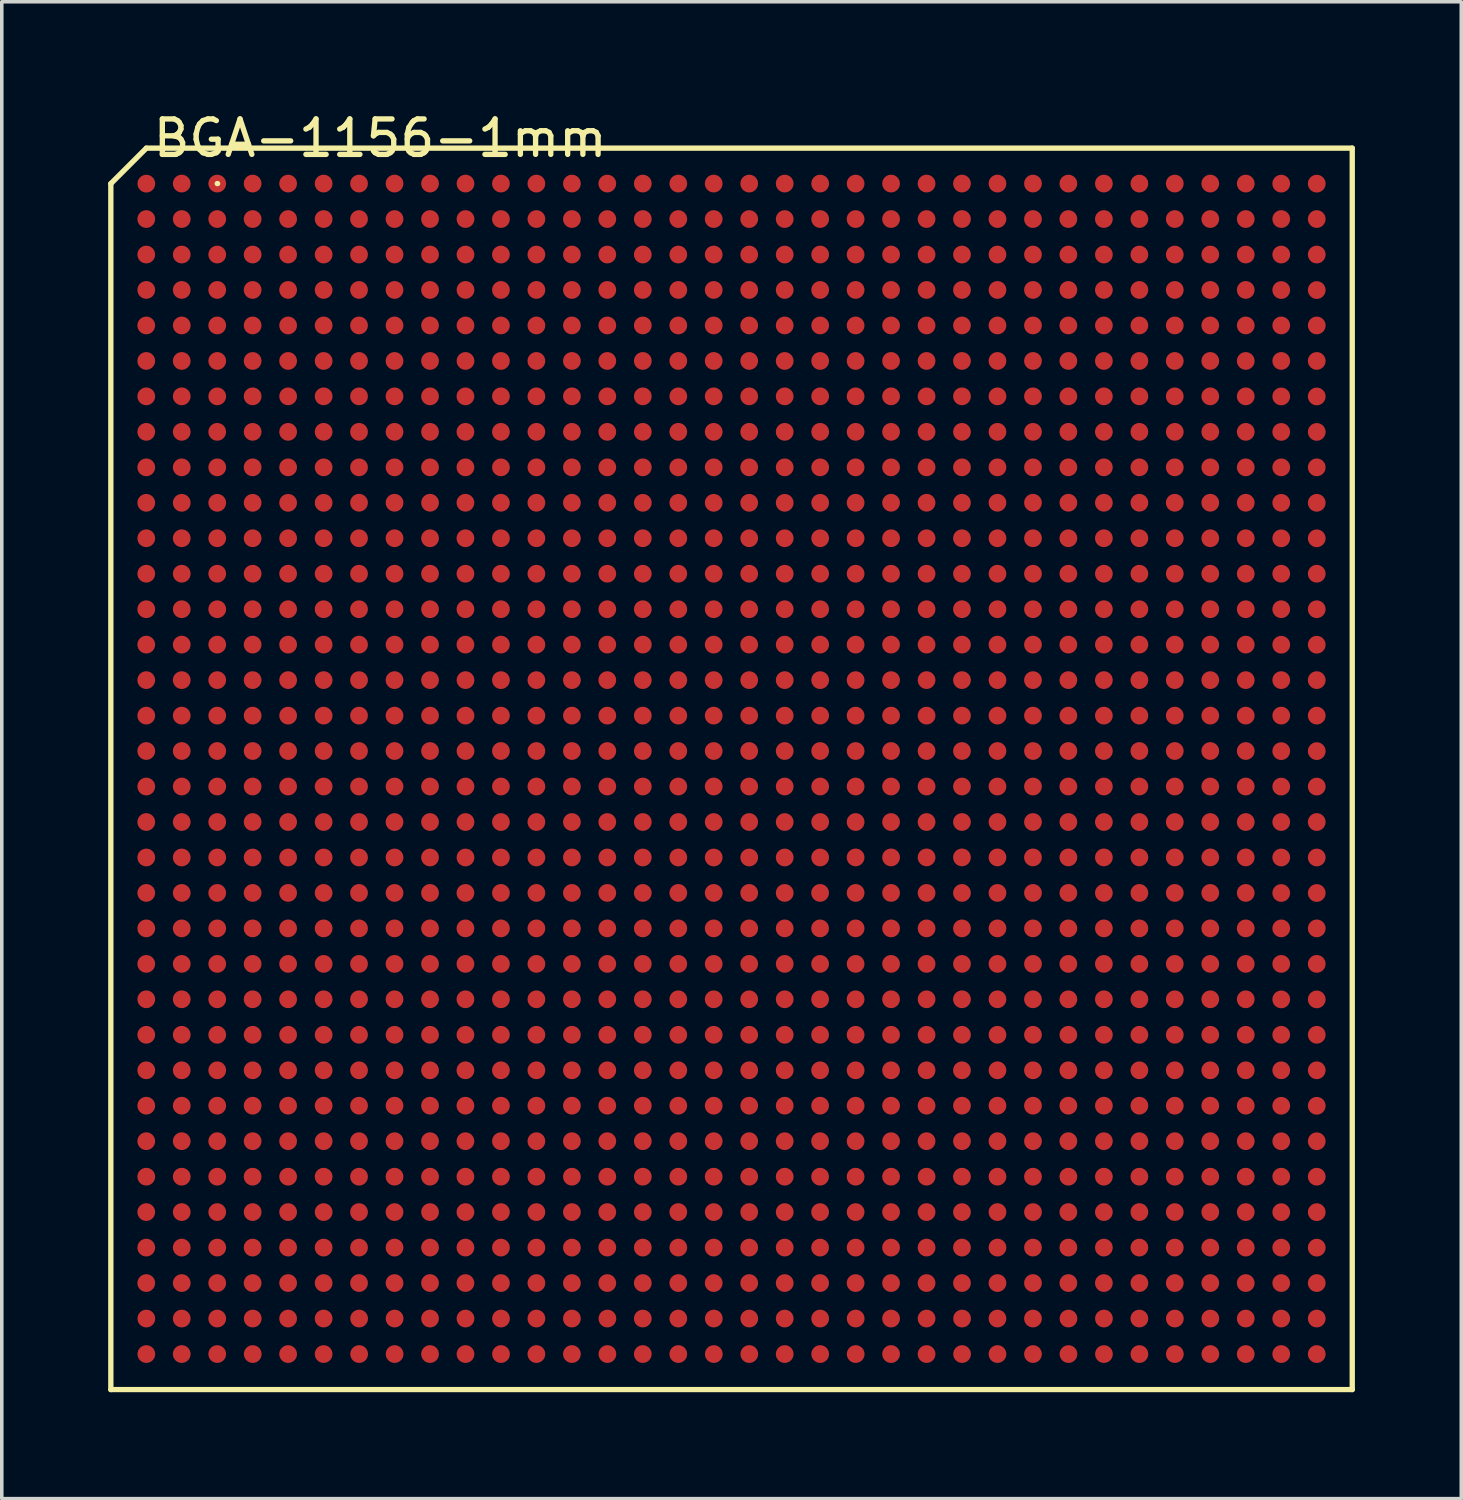
<source format=kicad_pcb>
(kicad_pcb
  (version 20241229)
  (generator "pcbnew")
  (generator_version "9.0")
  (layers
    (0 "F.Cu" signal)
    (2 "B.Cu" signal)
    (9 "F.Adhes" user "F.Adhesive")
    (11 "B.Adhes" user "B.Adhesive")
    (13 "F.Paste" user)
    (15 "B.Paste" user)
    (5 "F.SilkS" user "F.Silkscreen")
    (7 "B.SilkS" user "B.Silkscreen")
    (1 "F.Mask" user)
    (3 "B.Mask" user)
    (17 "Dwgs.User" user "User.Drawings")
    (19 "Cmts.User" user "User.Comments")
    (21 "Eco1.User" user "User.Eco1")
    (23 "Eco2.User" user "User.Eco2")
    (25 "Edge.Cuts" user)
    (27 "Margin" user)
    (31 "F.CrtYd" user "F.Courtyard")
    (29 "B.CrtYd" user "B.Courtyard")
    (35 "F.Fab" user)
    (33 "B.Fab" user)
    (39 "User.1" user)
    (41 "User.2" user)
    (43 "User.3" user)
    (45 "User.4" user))
  (footprint "BGA-1156-1mm"
    (layer "F.Cu")
    (at 17.576 18.628)
    (property "Reference" "BGA-1156-1mm" (at -9.906 -17.78 0) (layer "F.SilkS") (effects (font (size 1 1) (thickness 0.15))))
    (attr smd)
    (fp_line (start -17.501 -16.5) (end -17.501 17.501) (stroke (width 0.15) (type solid)) (layer "F.SilkS"))
    (fp_line (start -17.501 17.501) (end 17.501 17.501) (stroke (width 0.15) (type solid)) (layer "F.SilkS"))
    (fp_line (start -16.5 -17.501) (end -17.501 -16.5) (stroke (width 0.15) (type solid)) (layer "F.SilkS"))
    (fp_line (start -15.999 -17.501) (end -16.5 -17.501) (stroke (width 0.15) (type solid)) (layer "F.SilkS"))
    (fp_line (start -14.501 -16.502) (end -14.491 -16.502) (stroke (width 0.15) (type solid)) (layer "F.SilkS"))
    (fp_line (start 17.501 -17.501) (end -15.999 -17.501) (stroke (width 0.15) (type solid)) (layer "F.SilkS"))
    (fp_line (start 17.501 17.501) (end 17.501 -17.501) (stroke (width 0.15) (type solid)) (layer "F.SilkS"))
    (pad "A1" smd circle (at -16.5 -16.5) (size 0.5 0.5) (layers "F.Cu" "F.Mask" "F.Paste"))
    (pad "A2" smd circle (at -15.502 -16.502) (size 0.5 0.5) (layers "F.Cu" "F.Mask" "F.Paste"))
    (pad "A3" smd circle (at -14.501 -16.502) (size 0.5 0.5) (layers "F.Cu" "F.Mask" "F.Paste"))
    (pad "A4" smd circle (at -13.503 -16.502) (size 0.5 0.5) (layers "F.Cu" "F.Mask" "F.Paste"))
    (pad "A5" smd circle (at -12.502 -16.502) (size 0.5 0.5) (layers "F.Cu" "F.Mask" "F.Paste"))
    (pad "A6" smd circle (at -11.501 -16.502) (size 0.5 0.5) (layers "F.Cu" "F.Mask" "F.Paste"))
    (pad "A7" smd circle (at -10.503 -16.502) (size 0.5 0.5) (layers "F.Cu" "F.Mask" "F.Paste"))
    (pad "A8" smd circle (at -9.502 -16.502) (size 0.5 0.5) (layers "F.Cu" "F.Mask" "F.Paste"))
    (pad "A9" smd circle (at -8.501 -16.502) (size 0.5 0.5) (layers "F.Cu" "F.Mask" "F.Paste"))
    (pad "A10" smd circle (at -7.501 -16.502) (size 0.5 0.5) (layers "F.Cu" "F.Mask" "F.Paste"))
    (pad "A11" smd circle (at -6.502 -16.502) (size 0.5 0.5) (layers "F.Cu" "F.Mask" "F.Paste"))
    (pad "A12" smd circle (at -5.502 -16.502) (size 0.5 0.5) (layers "F.Cu" "F.Mask" "F.Paste"))
    (pad "A13" smd circle (at -4.501 -16.502) (size 0.5 0.5) (layers "F.Cu" "F.Mask" "F.Paste"))
    (pad "A14" smd circle (at -3.503 -16.502) (size 0.5 0.5) (layers "F.Cu" "F.Mask" "F.Paste"))
    (pad "A15" smd circle (at -2.502 -16.502) (size 0.5 0.5) (layers "F.Cu" "F.Mask" "F.Paste"))
    (pad "A16" smd circle (at -1.501 -16.502) (size 0.5 0.5) (layers "F.Cu" "F.Mask" "F.Paste"))
    (pad "A17" smd circle (at -0.503 -16.502) (size 0.5 0.5) (layers "F.Cu" "F.Mask" "F.Paste"))
    (pad "A18" smd circle (at 0.498 -16.502) (size 0.5 0.5) (layers "F.Cu" "F.Mask" "F.Paste"))
    (pad "A19" smd circle (at 1.499 -16.502) (size 0.5 0.5) (layers "F.Cu" "F.Mask" "F.Paste"))
    (pad "A20" smd circle (at 2.499 -16.502) (size 0.5 0.5) (layers "F.Cu" "F.Mask" "F.Paste"))
    (pad "A21" smd circle (at 3.498 -16.502) (size 0.5 0.5) (layers "F.Cu" "F.Mask" "F.Paste"))
    (pad "A22" smd circle (at 4.498 -16.502) (size 0.5 0.5) (layers "F.Cu" "F.Mask" "F.Paste"))
    (pad "A23" smd circle (at 5.499 -16.502) (size 0.5 0.5) (layers "F.Cu" "F.Mask" "F.Paste"))
    (pad "A24" smd circle (at 6.497 -16.502) (size 0.5 0.5) (layers "F.Cu" "F.Mask" "F.Paste"))
    (pad "A25" smd circle (at 7.498 -16.502) (size 0.5 0.5) (layers "F.Cu" "F.Mask" "F.Paste"))
    (pad "A26" smd circle (at 8.499 -16.502) (size 0.5 0.5) (layers "F.Cu" "F.Mask" "F.Paste"))
    (pad "A27" smd circle (at 9.497 -16.502) (size 0.5 0.5) (layers "F.Cu" "F.Mask" "F.Paste"))
    (pad "A28" smd circle (at 10.498 -16.502) (size 0.5 0.5) (layers "F.Cu" "F.Mask" "F.Paste"))
    (pad "A29" smd circle (at 11.499 -16.502) (size 0.5 0.5) (layers "F.Cu" "F.Mask" "F.Paste"))
    (pad "A30" smd circle (at 12.497 -16.502) (size 0.5 0.5) (layers "F.Cu" "F.Mask" "F.Paste"))
    (pad "A31" smd circle (at 13.498 -16.502) (size 0.5 0.5) (layers "F.Cu" "F.Mask" "F.Paste"))
    (pad "A32" smd circle (at 14.498 -16.502) (size 0.5 0.5) (layers "F.Cu" "F.Mask" "F.Paste"))
    (pad "A33" smd circle (at 15.499 -16.5) (size 0.5 0.5) (layers "F.Cu" "F.Mask" "F.Paste"))
    (pad "A34" smd circle (at 16.5 -16.5) (size 0.5 0.5) (layers "F.Cu" "F.Mask" "F.Paste"))
    (pad "AA1" smd circle (at -16.502 3.498) (size 0.5 0.5) (layers "F.Cu" "F.Mask" "F.Paste"))
    (pad "AA2" smd circle (at -15.502 3.498) (size 0.5 0.5) (layers "F.Cu" "F.Mask" "F.Paste"))
    (pad "AA3" smd circle (at -14.501 3.498) (size 0.5 0.5) (layers "F.Cu" "F.Mask" "F.Paste"))
    (pad "AA4" smd circle (at -13.503 3.498) (size 0.5 0.5) (layers "F.Cu" "F.Mask" "F.Paste"))
    (pad "AA5" smd circle (at -12.502 3.498) (size 0.5 0.5) (layers "F.Cu" "F.Mask" "F.Paste"))
    (pad "AA6" smd circle (at -11.501 3.498) (size 0.5 0.5) (layers "F.Cu" "F.Mask" "F.Paste"))
    (pad "AA7" smd circle (at -10.503 3.498) (size 0.5 0.5) (layers "F.Cu" "F.Mask" "F.Paste"))
    (pad "AA8" smd circle (at -9.502 3.498) (size 0.5 0.5) (layers "F.Cu" "F.Mask" "F.Paste"))
    (pad "AA9" smd circle (at -8.501 3.498) (size 0.5 0.5) (layers "F.Cu" "F.Mask" "F.Paste"))
    (pad "AA10" smd circle (at -7.503 3.498) (size 0.5 0.5) (layers "F.Cu" "F.Mask" "F.Paste"))
    (pad "AA11" smd circle (at -6.502 3.498) (size 0.5 0.5) (layers "F.Cu" "F.Mask" "F.Paste"))
    (pad "AA12" smd circle (at -5.502 3.498) (size 0.5 0.5) (layers "F.Cu" "F.Mask" "F.Paste"))
    (pad "AA13" smd circle (at -4.501 3.498) (size 0.5 0.5) (layers "F.Cu" "F.Mask" "F.Paste"))
    (pad "AA14" smd circle (at -3.503 3.498) (size 0.5 0.5) (layers "F.Cu" "F.Mask" "F.Paste"))
    (pad "AA15" smd circle (at -2.502 3.498) (size 0.5 0.5) (layers "F.Cu" "F.Mask" "F.Paste"))
    (pad "AA16" smd circle (at -1.501 3.498) (size 0.5 0.5) (layers "F.Cu" "F.Mask" "F.Paste"))
    (pad "AA17" smd circle (at -0.503 3.498) (size 0.5 0.5) (layers "F.Cu" "F.Mask" "F.Paste"))
    (pad "AA18" smd circle (at 0.498 3.498) (size 0.5 0.5) (layers "F.Cu" "F.Mask" "F.Paste"))
    (pad "AA19" smd circle (at 1.499 3.498) (size 0.5 0.5) (layers "F.Cu" "F.Mask" "F.Paste"))
    (pad "AA20" smd circle (at 2.497 3.498) (size 0.5 0.5) (layers "F.Cu" "F.Mask" "F.Paste"))
    (pad "AA21" smd circle (at 3.498 3.498) (size 0.5 0.5) (layers "F.Cu" "F.Mask" "F.Paste"))
    (pad "AA22" smd circle (at 4.498 3.498) (size 0.5 0.5) (layers "F.Cu" "F.Mask" "F.Paste"))
    (pad "AA23" smd circle (at 5.499 3.498) (size 0.5 0.5) (layers "F.Cu" "F.Mask" "F.Paste"))
    (pad "AA24" smd circle (at 6.497 3.498) (size 0.5 0.5) (layers "F.Cu" "F.Mask" "F.Paste"))
    (pad "AA25" smd circle (at 7.498 3.498) (size 0.5 0.5) (layers "F.Cu" "F.Mask" "F.Paste"))
    (pad "AA26" smd circle (at 8.499 3.498) (size 0.5 0.5) (layers "F.Cu" "F.Mask" "F.Paste"))
    (pad "AA27" smd circle (at 9.497 3.498) (size 0.5 0.5) (layers "F.Cu" "F.Mask" "F.Paste"))
    (pad "AA28" smd circle (at 10.498 3.498) (size 0.5 0.5) (layers "F.Cu" "F.Mask" "F.Paste"))
    (pad "AA29" smd circle (at 11.499 3.498) (size 0.5 0.5) (layers "F.Cu" "F.Mask" "F.Paste"))
    (pad "AA30" smd circle (at 12.497 3.498) (size 0.5 0.5) (layers "F.Cu" "F.Mask" "F.Paste"))
    (pad "AA31" smd circle (at 13.498 3.498) (size 0.5 0.5) (layers "F.Cu" "F.Mask" "F.Paste"))
    (pad "AA32" smd circle (at 14.498 3.498) (size 0.5 0.5) (layers "F.Cu" "F.Mask" "F.Paste"))
    (pad "AA33" smd circle (at 15.499 3.5) (size 0.5 0.5) (layers "F.Cu" "F.Mask" "F.Paste"))
    (pad "AA34" smd circle (at 16.5 3.5) (size 0.5 0.5) (layers "F.Cu" "F.Mask" "F.Paste"))
    (pad "AB1" smd circle (at -16.502 4.498) (size 0.5 0.5) (layers "F.Cu" "F.Mask" "F.Paste"))
    (pad "AB2" smd circle (at -15.502 4.498) (size 0.5 0.5) (layers "F.Cu" "F.Mask" "F.Paste"))
    (pad "AB3" smd circle (at -14.501 4.498) (size 0.5 0.5) (layers "F.Cu" "F.Mask" "F.Paste"))
    (pad "AB4" smd circle (at -13.503 4.498) (size 0.5 0.5) (layers "F.Cu" "F.Mask" "F.Paste"))
    (pad "AB5" smd circle (at -12.502 4.498) (size 0.5 0.5) (layers "F.Cu" "F.Mask" "F.Paste"))
    (pad "AB6" smd circle (at -11.501 4.498) (size 0.5 0.5) (layers "F.Cu" "F.Mask" "F.Paste"))
    (pad "AB7" smd circle (at -10.503 4.498) (size 0.5 0.5) (layers "F.Cu" "F.Mask" "F.Paste"))
    (pad "AB8" smd circle (at -9.502 4.498) (size 0.5 0.5) (layers "F.Cu" "F.Mask" "F.Paste"))
    (pad "AB9" smd circle (at -8.501 4.498) (size 0.5 0.5) (layers "F.Cu" "F.Mask" "F.Paste"))
    (pad "AB10" smd circle (at -7.503 4.498) (size 0.5 0.5) (layers "F.Cu" "F.Mask" "F.Paste"))
    (pad "AB11" smd circle (at -6.502 4.498) (size 0.5 0.5) (layers "F.Cu" "F.Mask" "F.Paste"))
    (pad "AB12" smd circle (at -5.502 4.498) (size 0.5 0.5) (layers "F.Cu" "F.Mask" "F.Paste"))
    (pad "AB13" smd circle (at -4.501 4.498) (size 0.5 0.5) (layers "F.Cu" "F.Mask" "F.Paste"))
    (pad "AB14" smd circle (at -3.503 4.498) (size 0.5 0.5) (layers "F.Cu" "F.Mask" "F.Paste"))
    (pad "AB15" smd circle (at -2.502 4.498) (size 0.5 0.5) (layers "F.Cu" "F.Mask" "F.Paste"))
    (pad "AB16" smd circle (at -1.501 4.498) (size 0.5 0.5) (layers "F.Cu" "F.Mask" "F.Paste"))
    (pad "AB17" smd circle (at -0.503 4.498) (size 0.5 0.5) (layers "F.Cu" "F.Mask" "F.Paste"))
    (pad "AB18" smd circle (at 0.498 4.498) (size 0.5 0.5) (layers "F.Cu" "F.Mask" "F.Paste"))
    (pad "AB19" smd circle (at 1.499 4.498) (size 0.5 0.5) (layers "F.Cu" "F.Mask" "F.Paste"))
    (pad "AB20" smd circle (at 2.497 4.498) (size 0.5 0.5) (layers "F.Cu" "F.Mask" "F.Paste"))
    (pad "AB21" smd circle (at 3.498 4.498) (size 0.5 0.5) (layers "F.Cu" "F.Mask" "F.Paste"))
    (pad "AB22" smd circle (at 4.498 4.498) (size 0.5 0.5) (layers "F.Cu" "F.Mask" "F.Paste"))
    (pad "AB23" smd circle (at 5.499 4.498) (size 0.5 0.5) (layers "F.Cu" "F.Mask" "F.Paste"))
    (pad "AB24" smd circle (at 6.497 4.498) (size 0.5 0.5) (layers "F.Cu" "F.Mask" "F.Paste"))
    (pad "AB25" smd circle (at 7.498 4.498) (size 0.5 0.5) (layers "F.Cu" "F.Mask" "F.Paste"))
    (pad "AB26" smd circle (at 8.499 4.498) (size 0.5 0.5) (layers "F.Cu" "F.Mask" "F.Paste"))
    (pad "AB27" smd circle (at 9.497 4.498) (size 0.5 0.5) (layers "F.Cu" "F.Mask" "F.Paste"))
    (pad "AB28" smd circle (at 10.498 4.498) (size 0.5 0.5) (layers "F.Cu" "F.Mask" "F.Paste"))
    (pad "AB29" smd circle (at 11.499 4.498) (size 0.5 0.5) (layers "F.Cu" "F.Mask" "F.Paste"))
    (pad "AB30" smd circle (at 12.497 4.498) (size 0.5 0.5) (layers "F.Cu" "F.Mask" "F.Paste"))
    (pad "AB31" smd circle (at 13.498 4.498) (size 0.5 0.5) (layers "F.Cu" "F.Mask" "F.Paste"))
    (pad "AB32" smd circle (at 14.498 4.498) (size 0.5 0.5) (layers "F.Cu" "F.Mask" "F.Paste"))
    (pad "AB33" smd circle (at 15.499 4.498) (size 0.5 0.5) (layers "F.Cu" "F.Mask" "F.Paste"))
    (pad "AB34" smd circle (at 16.5 4.498) (size 0.5 0.5) (layers "F.Cu" "F.Mask" "F.Paste"))
    (pad "AC1" smd circle (at -16.502 5.499) (size 0.5 0.5) (layers "F.Cu" "F.Mask" "F.Paste"))
    (pad "AC2" smd circle (at -15.502 5.499) (size 0.5 0.5) (layers "F.Cu" "F.Mask" "F.Paste"))
    (pad "AC3" smd circle (at -14.501 5.499) (size 0.5 0.5) (layers "F.Cu" "F.Mask" "F.Paste"))
    (pad "AC4" smd circle (at -13.503 5.499) (size 0.5 0.5) (layers "F.Cu" "F.Mask" "F.Paste"))
    (pad "AC5" smd circle (at -12.502 5.499) (size 0.5 0.5) (layers "F.Cu" "F.Mask" "F.Paste"))
    (pad "AC6" smd circle (at -11.501 5.499) (size 0.5 0.5) (layers "F.Cu" "F.Mask" "F.Paste"))
    (pad "AC7" smd circle (at -10.503 5.499) (size 0.5 0.5) (layers "F.Cu" "F.Mask" "F.Paste"))
    (pad "AC8" smd circle (at -9.502 5.499) (size 0.5 0.5) (layers "F.Cu" "F.Mask" "F.Paste"))
    (pad "AC9" smd circle (at -8.501 5.499) (size 0.5 0.5) (layers "F.Cu" "F.Mask" "F.Paste"))
    (pad "AC10" smd circle (at -7.503 5.499) (size 0.5 0.5) (layers "F.Cu" "F.Mask" "F.Paste"))
    (pad "AC11" smd circle (at -6.502 5.499) (size 0.5 0.5) (layers "F.Cu" "F.Mask" "F.Paste"))
    (pad "AC12" smd circle (at -5.502 5.499) (size 0.5 0.5) (layers "F.Cu" "F.Mask" "F.Paste"))
    (pad "AC13" smd circle (at -4.501 5.499) (size 0.5 0.5) (layers "F.Cu" "F.Mask" "F.Paste"))
    (pad "AC14" smd circle (at -3.503 5.499) (size 0.5 0.5) (layers "F.Cu" "F.Mask" "F.Paste"))
    (pad "AC15" smd circle (at -2.502 5.499) (size 0.5 0.5) (layers "F.Cu" "F.Mask" "F.Paste"))
    (pad "AC16" smd circle (at -1.501 5.499) (size 0.5 0.5) (layers "F.Cu" "F.Mask" "F.Paste"))
    (pad "AC17" smd circle (at -0.503 5.499) (size 0.5 0.5) (layers "F.Cu" "F.Mask" "F.Paste"))
    (pad "AC18" smd circle (at 0.498 5.499) (size 0.5 0.5) (layers "F.Cu" "F.Mask" "F.Paste"))
    (pad "AC19" smd circle (at 1.499 5.499) (size 0.5 0.5) (layers "F.Cu" "F.Mask" "F.Paste"))
    (pad "AC20" smd circle (at 2.497 5.499) (size 0.5 0.5) (layers "F.Cu" "F.Mask" "F.Paste"))
    (pad "AC21" smd circle (at 3.498 5.499) (size 0.5 0.5) (layers "F.Cu" "F.Mask" "F.Paste"))
    (pad "AC22" smd circle (at 4.498 5.499) (size 0.5 0.5) (layers "F.Cu" "F.Mask" "F.Paste"))
    (pad "AC23" smd circle (at 5.499 5.499) (size 0.5 0.5) (layers "F.Cu" "F.Mask" "F.Paste"))
    (pad "AC24" smd circle (at 6.497 5.499) (size 0.5 0.5) (layers "F.Cu" "F.Mask" "F.Paste"))
    (pad "AC25" smd circle (at 7.498 5.499) (size 0.5 0.5) (layers "F.Cu" "F.Mask" "F.Paste"))
    (pad "AC26" smd circle (at 8.499 5.499) (size 0.5 0.5) (layers "F.Cu" "F.Mask" "F.Paste"))
    (pad "AC27" smd circle (at 9.497 5.499) (size 0.5 0.5) (layers "F.Cu" "F.Mask" "F.Paste"))
    (pad "AC28" smd circle (at 10.498 5.499) (size 0.5 0.5) (layers "F.Cu" "F.Mask" "F.Paste"))
    (pad "AC29" smd circle (at 11.499 5.499) (size 0.5 0.5) (layers "F.Cu" "F.Mask" "F.Paste"))
    (pad "AC30" smd circle (at 12.497 5.499) (size 0.5 0.5) (layers "F.Cu" "F.Mask" "F.Paste"))
    (pad "AC31" smd circle (at 13.498 5.499) (size 0.5 0.5) (layers "F.Cu" "F.Mask" "F.Paste"))
    (pad "AC32" smd circle (at 14.498 5.499) (size 0.5 0.5) (layers "F.Cu" "F.Mask" "F.Paste"))
    (pad "AC33" smd circle (at 15.499 5.499) (size 0.5 0.5) (layers "F.Cu" "F.Mask" "F.Paste"))
    (pad "AC34" smd circle (at 16.5 5.499) (size 0.5 0.5) (layers "F.Cu" "F.Mask" "F.Paste"))
    (pad "AD1" smd circle (at -16.502 6.497) (size 0.5 0.5) (layers "F.Cu" "F.Mask" "F.Paste"))
    (pad "AD2" smd circle (at -15.502 6.497) (size 0.5 0.5) (layers "F.Cu" "F.Mask" "F.Paste"))
    (pad "AD3" smd circle (at -14.501 6.497) (size 0.5 0.5) (layers "F.Cu" "F.Mask" "F.Paste"))
    (pad "AD4" smd circle (at -13.503 6.497) (size 0.5 0.5) (layers "F.Cu" "F.Mask" "F.Paste"))
    (pad "AD5" smd circle (at -12.502 6.497) (size 0.5 0.5) (layers "F.Cu" "F.Mask" "F.Paste"))
    (pad "AD6" smd circle (at -11.501 6.497) (size 0.5 0.5) (layers "F.Cu" "F.Mask" "F.Paste"))
    (pad "AD7" smd circle (at -10.503 6.497) (size 0.5 0.5) (layers "F.Cu" "F.Mask" "F.Paste"))
    (pad "AD8" smd circle (at -9.502 6.497) (size 0.5 0.5) (layers "F.Cu" "F.Mask" "F.Paste"))
    (pad "AD9" smd circle (at -8.501 6.497) (size 0.5 0.5) (layers "F.Cu" "F.Mask" "F.Paste"))
    (pad "AD10" smd circle (at -7.503 6.497) (size 0.5 0.5) (layers "F.Cu" "F.Mask" "F.Paste"))
    (pad "AD11" smd circle (at -6.502 6.497) (size 0.5 0.5) (layers "F.Cu" "F.Mask" "F.Paste"))
    (pad "AD12" smd circle (at -5.502 6.497) (size 0.5 0.5) (layers "F.Cu" "F.Mask" "F.Paste"))
    (pad "AD13" smd circle (at -4.501 6.497) (size 0.5 0.5) (layers "F.Cu" "F.Mask" "F.Paste"))
    (pad "AD14" smd circle (at -3.503 6.497) (size 0.5 0.5) (layers "F.Cu" "F.Mask" "F.Paste"))
    (pad "AD15" smd circle (at -2.502 6.497) (size 0.5 0.5) (layers "F.Cu" "F.Mask" "F.Paste"))
    (pad "AD16" smd circle (at -1.501 6.497) (size 0.5 0.5) (layers "F.Cu" "F.Mask" "F.Paste"))
    (pad "AD17" smd circle (at -0.503 6.497) (size 0.5 0.5) (layers "F.Cu" "F.Mask" "F.Paste"))
    (pad "AD18" smd circle (at 0.498 6.497) (size 0.5 0.5) (layers "F.Cu" "F.Mask" "F.Paste"))
    (pad "AD19" smd circle (at 1.499 6.497) (size 0.5 0.5) (layers "F.Cu" "F.Mask" "F.Paste"))
    (pad "AD20" smd circle (at 2.497 6.497) (size 0.5 0.5) (layers "F.Cu" "F.Mask" "F.Paste"))
    (pad "AD21" smd circle (at 3.498 6.497) (size 0.5 0.5) (layers "F.Cu" "F.Mask" "F.Paste"))
    (pad "AD22" smd circle (at 4.498 6.497) (size 0.5 0.5) (layers "F.Cu" "F.Mask" "F.Paste"))
    (pad "AD23" smd circle (at 5.499 6.497) (size 0.5 0.5) (layers "F.Cu" "F.Mask" "F.Paste"))
    (pad "AD24" smd circle (at 6.497 6.497) (size 0.5 0.5) (layers "F.Cu" "F.Mask" "F.Paste"))
    (pad "AD25" smd circle (at 7.498 6.497) (size 0.5 0.5) (layers "F.Cu" "F.Mask" "F.Paste"))
    (pad "AD26" smd circle (at 8.499 6.497) (size 0.5 0.5) (layers "F.Cu" "F.Mask" "F.Paste"))
    (pad "AD27" smd circle (at 9.497 6.497) (size 0.5 0.5) (layers "F.Cu" "F.Mask" "F.Paste"))
    (pad "AD28" smd circle (at 10.498 6.497) (size 0.5 0.5) (layers "F.Cu" "F.Mask" "F.Paste"))
    (pad "AD29" smd circle (at 11.499 6.497) (size 0.5 0.5) (layers "F.Cu" "F.Mask" "F.Paste"))
    (pad "AD30" smd circle (at 12.497 6.497) (size 0.5 0.5) (layers "F.Cu" "F.Mask" "F.Paste"))
    (pad "AD31" smd circle (at 13.498 6.497) (size 0.5 0.5) (layers "F.Cu" "F.Mask" "F.Paste"))
    (pad "AD32" smd circle (at 14.498 6.497) (size 0.5 0.5) (layers "F.Cu" "F.Mask" "F.Paste"))
    (pad "AD33" smd circle (at 15.499 6.5) (size 0.5 0.5) (layers "F.Cu" "F.Mask" "F.Paste"))
    (pad "AD34" smd circle (at 16.5 6.5) (size 0.5 0.5) (layers "F.Cu" "F.Mask" "F.Paste"))
    (pad "AE1" smd circle (at -16.502 7.498) (size 0.5 0.5) (layers "F.Cu" "F.Mask" "F.Paste"))
    (pad "AE2" smd circle (at -15.502 7.498) (size 0.5 0.5) (layers "F.Cu" "F.Mask" "F.Paste"))
    (pad "AE3" smd circle (at -14.501 7.498) (size 0.5 0.5) (layers "F.Cu" "F.Mask" "F.Paste"))
    (pad "AE4" smd circle (at -13.503 7.498) (size 0.5 0.5) (layers "F.Cu" "F.Mask" "F.Paste"))
    (pad "AE5" smd circle (at -12.502 7.498) (size 0.5 0.5) (layers "F.Cu" "F.Mask" "F.Paste"))
    (pad "AE6" smd circle (at -11.501 7.498) (size 0.5 0.5) (layers "F.Cu" "F.Mask" "F.Paste"))
    (pad "AE7" smd circle (at -10.503 7.498) (size 0.5 0.5) (layers "F.Cu" "F.Mask" "F.Paste"))
    (pad "AE8" smd circle (at -9.502 7.498) (size 0.5 0.5) (layers "F.Cu" "F.Mask" "F.Paste"))
    (pad "AE9" smd circle (at -8.501 7.498) (size 0.5 0.5) (layers "F.Cu" "F.Mask" "F.Paste"))
    (pad "AE10" smd circle (at -7.503 7.498) (size 0.5 0.5) (layers "F.Cu" "F.Mask" "F.Paste"))
    (pad "AE11" smd circle (at -6.502 7.498) (size 0.5 0.5) (layers "F.Cu" "F.Mask" "F.Paste"))
    (pad "AE12" smd circle (at -5.502 7.498) (size 0.5 0.5) (layers "F.Cu" "F.Mask" "F.Paste"))
    (pad "AE13" smd circle (at -4.501 7.498) (size 0.5 0.5) (layers "F.Cu" "F.Mask" "F.Paste"))
    (pad "AE14" smd circle (at -3.503 7.498) (size 0.5 0.5) (layers "F.Cu" "F.Mask" "F.Paste"))
    (pad "AE15" smd circle (at -2.502 7.498) (size 0.5 0.5) (layers "F.Cu" "F.Mask" "F.Paste"))
    (pad "AE16" smd circle (at -1.501 7.498) (size 0.5 0.5) (layers "F.Cu" "F.Mask" "F.Paste"))
    (pad "AE17" smd circle (at -0.503 7.498) (size 0.5 0.5) (layers "F.Cu" "F.Mask" "F.Paste"))
    (pad "AE18" smd circle (at 0.498 7.498) (size 0.5 0.5) (layers "F.Cu" "F.Mask" "F.Paste"))
    (pad "AE19" smd circle (at 1.499 7.498) (size 0.5 0.5) (layers "F.Cu" "F.Mask" "F.Paste"))
    (pad "AE20" smd circle (at 2.497 7.498) (size 0.5 0.5) (layers "F.Cu" "F.Mask" "F.Paste"))
    (pad "AE21" smd circle (at 3.498 7.498) (size 0.5 0.5) (layers "F.Cu" "F.Mask" "F.Paste"))
    (pad "AE22" smd circle (at 4.498 7.498) (size 0.5 0.5) (layers "F.Cu" "F.Mask" "F.Paste"))
    (pad "AE23" smd circle (at 5.499 7.498) (size 0.5 0.5) (layers "F.Cu" "F.Mask" "F.Paste"))
    (pad "AE24" smd circle (at 6.497 7.498) (size 0.5 0.5) (layers "F.Cu" "F.Mask" "F.Paste"))
    (pad "AE25" smd circle (at 7.498 7.498) (size 0.5 0.5) (layers "F.Cu" "F.Mask" "F.Paste"))
    (pad "AE26" smd circle (at 8.499 7.498) (size 0.5 0.5) (layers "F.Cu" "F.Mask" "F.Paste"))
    (pad "AE27" smd circle (at 9.497 7.498) (size 0.5 0.5) (layers "F.Cu" "F.Mask" "F.Paste"))
    (pad "AE28" smd circle (at 10.498 7.498) (size 0.5 0.5) (layers "F.Cu" "F.Mask" "F.Paste"))
    (pad "AE29" smd circle (at 11.499 7.498) (size 0.5 0.5) (layers "F.Cu" "F.Mask" "F.Paste"))
    (pad "AE30" smd circle (at 12.497 7.498) (size 0.5 0.5) (layers "F.Cu" "F.Mask" "F.Paste"))
    (pad "AE31" smd circle (at 13.498 7.498) (size 0.5 0.5) (layers "F.Cu" "F.Mask" "F.Paste"))
    (pad "AE32" smd circle (at 14.498 7.498) (size 0.5 0.5) (layers "F.Cu" "F.Mask" "F.Paste"))
    (pad "AE33" smd circle (at 15.499 7.498) (size 0.5 0.5) (layers "F.Cu" "F.Mask" "F.Paste"))
    (pad "AE34" smd circle (at 16.5 7.498) (size 0.5 0.5) (layers "F.Cu" "F.Mask" "F.Paste"))
    (pad "AF1" smd circle (at -16.502 8.499) (size 0.5 0.5) (layers "F.Cu" "F.Mask" "F.Paste"))
    (pad "AF2" smd circle (at -15.502 8.499) (size 0.5 0.5) (layers "F.Cu" "F.Mask" "F.Paste"))
    (pad "AF3" smd circle (at -14.501 8.499) (size 0.5 0.5) (layers "F.Cu" "F.Mask" "F.Paste"))
    (pad "AF4" smd circle (at -13.503 8.499) (size 0.5 0.5) (layers "F.Cu" "F.Mask" "F.Paste"))
    (pad "AF5" smd circle (at -12.502 8.499) (size 0.5 0.5) (layers "F.Cu" "F.Mask" "F.Paste"))
    (pad "AF6" smd circle (at -11.501 8.499) (size 0.5 0.5) (layers "F.Cu" "F.Mask" "F.Paste"))
    (pad "AF7" smd circle (at -10.503 8.499) (size 0.5 0.5) (layers "F.Cu" "F.Mask" "F.Paste"))
    (pad "AF8" smd circle (at -9.502 8.499) (size 0.5 0.5) (layers "F.Cu" "F.Mask" "F.Paste"))
    (pad "AF9" smd circle (at -8.501 8.499) (size 0.5 0.5) (layers "F.Cu" "F.Mask" "F.Paste"))
    (pad "AF10" smd circle (at -7.503 8.499) (size 0.5 0.5) (layers "F.Cu" "F.Mask" "F.Paste"))
    (pad "AF11" smd circle (at -6.502 8.499) (size 0.5 0.5) (layers "F.Cu" "F.Mask" "F.Paste"))
    (pad "AF12" smd circle (at -5.502 8.499) (size 0.5 0.5) (layers "F.Cu" "F.Mask" "F.Paste"))
    (pad "AF13" smd circle (at -4.501 8.499) (size 0.5 0.5) (layers "F.Cu" "F.Mask" "F.Paste"))
    (pad "AF14" smd circle (at -3.503 8.499) (size 0.5 0.5) (layers "F.Cu" "F.Mask" "F.Paste"))
    (pad "AF15" smd circle (at -2.502 8.499) (size 0.5 0.5) (layers "F.Cu" "F.Mask" "F.Paste"))
    (pad "AF16" smd circle (at -1.501 8.499) (size 0.5 0.5) (layers "F.Cu" "F.Mask" "F.Paste"))
    (pad "AF17" smd circle (at -0.503 8.499) (size 0.5 0.5) (layers "F.Cu" "F.Mask" "F.Paste"))
    (pad "AF18" smd circle (at 0.498 8.499) (size 0.5 0.5) (layers "F.Cu" "F.Mask" "F.Paste"))
    (pad "AF19" smd circle (at 1.499 8.499) (size 0.5 0.5) (layers "F.Cu" "F.Mask" "F.Paste"))
    (pad "AF20" smd circle (at 2.497 8.499) (size 0.5 0.5) (layers "F.Cu" "F.Mask" "F.Paste"))
    (pad "AF21" smd circle (at 3.498 8.499) (size 0.5 0.5) (layers "F.Cu" "F.Mask" "F.Paste"))
    (pad "AF22" smd circle (at 4.498 8.499) (size 0.5 0.5) (layers "F.Cu" "F.Mask" "F.Paste"))
    (pad "AF23" smd circle (at 5.499 8.499) (size 0.5 0.5) (layers "F.Cu" "F.Mask" "F.Paste"))
    (pad "AF24" smd circle (at 6.497 8.499) (size 0.5 0.5) (layers "F.Cu" "F.Mask" "F.Paste"))
    (pad "AF25" smd circle (at 7.498 8.499) (size 0.5 0.5) (layers "F.Cu" "F.Mask" "F.Paste"))
    (pad "AF26" smd circle (at 8.499 8.499) (size 0.5 0.5) (layers "F.Cu" "F.Mask" "F.Paste"))
    (pad "AF27" smd circle (at 9.497 8.499) (size 0.5 0.5) (layers "F.Cu" "F.Mask" "F.Paste"))
    (pad "AF28" smd circle (at 10.498 8.499) (size 0.5 0.5) (layers "F.Cu" "F.Mask" "F.Paste"))
    (pad "AF29" smd circle (at 11.499 8.499) (size 0.5 0.5) (layers "F.Cu" "F.Mask" "F.Paste"))
    (pad "AF30" smd circle (at 12.497 8.499) (size 0.5 0.5) (layers "F.Cu" "F.Mask" "F.Paste"))
    (pad "AF31" smd circle (at 13.498 8.499) (size 0.5 0.5) (layers "F.Cu" "F.Mask" "F.Paste"))
    (pad "AF32" smd circle (at 14.498 8.499) (size 0.5 0.5) (layers "F.Cu" "F.Mask" "F.Paste"))
    (pad "AF33" smd circle (at 15.499 8.499) (size 0.5 0.5) (layers "F.Cu" "F.Mask" "F.Paste"))
    (pad "AF34" smd circle (at 16.5 8.499) (size 0.5 0.5) (layers "F.Cu" "F.Mask" "F.Paste"))
    (pad "AG1" smd circle (at -16.502 9.497) (size 0.5 0.5) (layers "F.Cu" "F.Mask" "F.Paste"))
    (pad "AG2" smd circle (at -15.502 9.497) (size 0.5 0.5) (layers "F.Cu" "F.Mask" "F.Paste"))
    (pad "AG3" smd circle (at -14.501 9.497) (size 0.5 0.5) (layers "F.Cu" "F.Mask" "F.Paste"))
    (pad "AG4" smd circle (at -13.503 9.497) (size 0.5 0.5) (layers "F.Cu" "F.Mask" "F.Paste"))
    (pad "AG5" smd circle (at -12.502 9.497) (size 0.5 0.5) (layers "F.Cu" "F.Mask" "F.Paste"))
    (pad "AG6" smd circle (at -11.501 9.497) (size 0.5 0.5) (layers "F.Cu" "F.Mask" "F.Paste"))
    (pad "AG7" smd circle (at -10.503 9.497) (size 0.5 0.5) (layers "F.Cu" "F.Mask" "F.Paste"))
    (pad "AG8" smd circle (at -9.502 9.497) (size 0.5 0.5) (layers "F.Cu" "F.Mask" "F.Paste"))
    (pad "AG9" smd circle (at -8.501 9.497) (size 0.5 0.5) (layers "F.Cu" "F.Mask" "F.Paste"))
    (pad "AG10" smd circle (at -7.503 9.497) (size 0.5 0.5) (layers "F.Cu" "F.Mask" "F.Paste"))
    (pad "AG11" smd circle (at -6.502 9.497) (size 0.5 0.5) (layers "F.Cu" "F.Mask" "F.Paste"))
    (pad "AG12" smd circle (at -5.502 9.497) (size 0.5 0.5) (layers "F.Cu" "F.Mask" "F.Paste"))
    (pad "AG13" smd circle (at -4.501 9.497) (size 0.5 0.5) (layers "F.Cu" "F.Mask" "F.Paste"))
    (pad "AG14" smd circle (at -3.503 9.497) (size 0.5 0.5) (layers "F.Cu" "F.Mask" "F.Paste"))
    (pad "AG15" smd circle (at -2.502 9.497) (size 0.5 0.5) (layers "F.Cu" "F.Mask" "F.Paste"))
    (pad "AG16" smd circle (at -1.501 9.497) (size 0.5 0.5) (layers "F.Cu" "F.Mask" "F.Paste"))
    (pad "AG17" smd circle (at -0.503 9.497) (size 0.5 0.5) (layers "F.Cu" "F.Mask" "F.Paste"))
    (pad "AG18" smd circle (at 0.498 9.497) (size 0.5 0.5) (layers "F.Cu" "F.Mask" "F.Paste"))
    (pad "AG19" smd circle (at 1.499 9.497) (size 0.5 0.5) (layers "F.Cu" "F.Mask" "F.Paste"))
    (pad "AG20" smd circle (at 2.497 9.497) (size 0.5 0.5) (layers "F.Cu" "F.Mask" "F.Paste"))
    (pad "AG21" smd circle (at 3.498 9.497) (size 0.5 0.5) (layers "F.Cu" "F.Mask" "F.Paste"))
    (pad "AG22" smd circle (at 4.498 9.497) (size 0.5 0.5) (layers "F.Cu" "F.Mask" "F.Paste"))
    (pad "AG23" smd circle (at 5.499 9.497) (size 0.5 0.5) (layers "F.Cu" "F.Mask" "F.Paste"))
    (pad "AG24" smd circle (at 6.497 9.497) (size 0.5 0.5) (layers "F.Cu" "F.Mask" "F.Paste"))
    (pad "AG25" smd circle (at 7.498 9.497) (size 0.5 0.5) (layers "F.Cu" "F.Mask" "F.Paste"))
    (pad "AG26" smd circle (at 8.499 9.497) (size 0.5 0.5) (layers "F.Cu" "F.Mask" "F.Paste"))
    (pad "AG27" smd circle (at 9.497 9.497) (size 0.5 0.5) (layers "F.Cu" "F.Mask" "F.Paste"))
    (pad "AG28" smd circle (at 10.498 9.497) (size 0.5 0.5) (layers "F.Cu" "F.Mask" "F.Paste"))
    (pad "AG29" smd circle (at 11.499 9.497) (size 0.5 0.5) (layers "F.Cu" "F.Mask" "F.Paste"))
    (pad "AG30" smd circle (at 12.497 9.497) (size 0.5 0.5) (layers "F.Cu" "F.Mask" "F.Paste"))
    (pad "AG31" smd circle (at 13.498 9.497) (size 0.5 0.5) (layers "F.Cu" "F.Mask" "F.Paste"))
    (pad "AG32" smd circle (at 14.498 9.497) (size 0.5 0.5) (layers "F.Cu" "F.Mask" "F.Paste"))
    (pad "AG33" smd circle (at 15.499 9.5) (size 0.5 0.5) (layers "F.Cu" "F.Mask" "F.Paste"))
    (pad "AG34" smd circle (at 16.5 9.5) (size 0.5 0.5) (layers "F.Cu" "F.Mask" "F.Paste"))
    (pad "AH1" smd circle (at -16.502 10.498) (size 0.5 0.5) (layers "F.Cu" "F.Mask" "F.Paste"))
    (pad "AH2" smd circle (at -15.502 10.498) (size 0.5 0.5) (layers "F.Cu" "F.Mask" "F.Paste"))
    (pad "AH3" smd circle (at -14.501 10.498) (size 0.5 0.5) (layers "F.Cu" "F.Mask" "F.Paste"))
    (pad "AH4" smd circle (at -13.503 10.498) (size 0.5 0.5) (layers "F.Cu" "F.Mask" "F.Paste"))
    (pad "AH5" smd circle (at -12.502 10.498) (size 0.5 0.5) (layers "F.Cu" "F.Mask" "F.Paste"))
    (pad "AH6" smd circle (at -11.501 10.498) (size 0.5 0.5) (layers "F.Cu" "F.Mask" "F.Paste"))
    (pad "AH7" smd circle (at -10.503 10.498) (size 0.5 0.5) (layers "F.Cu" "F.Mask" "F.Paste"))
    (pad "AH8" smd circle (at -9.502 10.498) (size 0.5 0.5) (layers "F.Cu" "F.Mask" "F.Paste"))
    (pad "AH9" smd circle (at -8.501 10.498) (size 0.5 0.5) (layers "F.Cu" "F.Mask" "F.Paste"))
    (pad "AH10" smd circle (at -7.503 10.498) (size 0.5 0.5) (layers "F.Cu" "F.Mask" "F.Paste"))
    (pad "AH11" smd circle (at -6.502 10.498) (size 0.5 0.5) (layers "F.Cu" "F.Mask" "F.Paste"))
    (pad "AH12" smd circle (at -5.502 10.498) (size 0.5 0.5) (layers "F.Cu" "F.Mask" "F.Paste"))
    (pad "AH13" smd circle (at -4.501 10.498) (size 0.5 0.5) (layers "F.Cu" "F.Mask" "F.Paste"))
    (pad "AH14" smd circle (at -3.503 10.498) (size 0.5 0.5) (layers "F.Cu" "F.Mask" "F.Paste"))
    (pad "AH15" smd circle (at -2.502 10.498) (size 0.5 0.5) (layers "F.Cu" "F.Mask" "F.Paste"))
    (pad "AH16" smd circle (at -1.501 10.498) (size 0.5 0.5) (layers "F.Cu" "F.Mask" "F.Paste"))
    (pad "AH17" smd circle (at -0.503 10.498) (size 0.5 0.5) (layers "F.Cu" "F.Mask" "F.Paste"))
    (pad "AH18" smd circle (at 0.498 10.498) (size 0.5 0.5) (layers "F.Cu" "F.Mask" "F.Paste"))
    (pad "AH19" smd circle (at 1.499 10.498) (size 0.5 0.5) (layers "F.Cu" "F.Mask" "F.Paste"))
    (pad "AH20" smd circle (at 2.497 10.498) (size 0.5 0.5) (layers "F.Cu" "F.Mask" "F.Paste"))
    (pad "AH21" smd circle (at 3.498 10.498) (size 0.5 0.5) (layers "F.Cu" "F.Mask" "F.Paste"))
    (pad "AH22" smd circle (at 4.498 10.498) (size 0.5 0.5) (layers "F.Cu" "F.Mask" "F.Paste"))
    (pad "AH23" smd circle (at 5.499 10.498) (size 0.5 0.5) (layers "F.Cu" "F.Mask" "F.Paste"))
    (pad "AH24" smd circle (at 6.497 10.498) (size 0.5 0.5) (layers "F.Cu" "F.Mask" "F.Paste"))
    (pad "AH25" smd circle (at 7.498 10.498) (size 0.5 0.5) (layers "F.Cu" "F.Mask" "F.Paste"))
    (pad "AH26" smd circle (at 8.499 10.498) (size 0.5 0.5) (layers "F.Cu" "F.Mask" "F.Paste"))
    (pad "AH27" smd circle (at 9.497 10.498) (size 0.5 0.5) (layers "F.Cu" "F.Mask" "F.Paste"))
    (pad "AH28" smd circle (at 10.498 10.498) (size 0.5 0.5) (layers "F.Cu" "F.Mask" "F.Paste"))
    (pad "AH29" smd circle (at 11.499 10.498) (size 0.5 0.5) (layers "F.Cu" "F.Mask" "F.Paste"))
    (pad "AH30" smd circle (at 12.497 10.498) (size 0.5 0.5) (layers "F.Cu" "F.Mask" "F.Paste"))
    (pad "AH31" smd circle (at 13.498 10.498) (size 0.5 0.5) (layers "F.Cu" "F.Mask" "F.Paste"))
    (pad "AH32" smd circle (at 14.498 10.498) (size 0.5 0.5) (layers "F.Cu" "F.Mask" "F.Paste"))
    (pad "AH33" smd circle (at 15.499 10.5) (size 0.5 0.5) (layers "F.Cu" "F.Mask" "F.Paste"))
    (pad "AH34" smd circle (at 16.5 10.5) (size 0.5 0.5) (layers "F.Cu" "F.Mask" "F.Paste"))
    (pad "AJ1" smd circle (at -16.502 11.499) (size 0.5 0.5) (layers "F.Cu" "F.Mask" "F.Paste"))
    (pad "AJ2" smd circle (at -15.502 11.499) (size 0.5 0.5) (layers "F.Cu" "F.Mask" "F.Paste"))
    (pad "AJ3" smd circle (at -14.501 11.499) (size 0.5 0.5) (layers "F.Cu" "F.Mask" "F.Paste"))
    (pad "AJ4" smd circle (at -13.503 11.499) (size 0.5 0.5) (layers "F.Cu" "F.Mask" "F.Paste"))
    (pad "AJ5" smd circle (at -12.502 11.499) (size 0.5 0.5) (layers "F.Cu" "F.Mask" "F.Paste"))
    (pad "AJ6" smd circle (at -11.501 11.499) (size 0.5 0.5) (layers "F.Cu" "F.Mask" "F.Paste"))
    (pad "AJ7" smd circle (at -10.503 11.499) (size 0.5 0.5) (layers "F.Cu" "F.Mask" "F.Paste"))
    (pad "AJ8" smd circle (at -9.502 11.499) (size 0.5 0.5) (layers "F.Cu" "F.Mask" "F.Paste"))
    (pad "AJ9" smd circle (at -8.501 11.499) (size 0.5 0.5) (layers "F.Cu" "F.Mask" "F.Paste"))
    (pad "AJ10" smd circle (at -7.503 11.499) (size 0.5 0.5) (layers "F.Cu" "F.Mask" "F.Paste"))
    (pad "AJ11" smd circle (at -6.502 11.499) (size 0.5 0.5) (layers "F.Cu" "F.Mask" "F.Paste"))
    (pad "AJ12" smd circle (at -5.502 11.499) (size 0.5 0.5) (layers "F.Cu" "F.Mask" "F.Paste"))
    (pad "AJ13" smd circle (at -4.501 11.499) (size 0.5 0.5) (layers "F.Cu" "F.Mask" "F.Paste"))
    (pad "AJ14" smd circle (at -3.503 11.499) (size 0.5 0.5) (layers "F.Cu" "F.Mask" "F.Paste"))
    (pad "AJ15" smd circle (at -2.502 11.499) (size 0.5 0.5) (layers "F.Cu" "F.Mask" "F.Paste"))
    (pad "AJ16" smd circle (at -1.501 11.499) (size 0.5 0.5) (layers "F.Cu" "F.Mask" "F.Paste"))
    (pad "AJ17" smd circle (at -0.503 11.499) (size 0.5 0.5) (layers "F.Cu" "F.Mask" "F.Paste"))
    (pad "AJ18" smd circle (at 0.498 11.499) (size 0.5 0.5) (layers "F.Cu" "F.Mask" "F.Paste"))
    (pad "AJ19" smd circle (at 1.499 11.499) (size 0.5 0.5) (layers "F.Cu" "F.Mask" "F.Paste"))
    (pad "AJ20" smd circle (at 2.497 11.499) (size 0.5 0.5) (layers "F.Cu" "F.Mask" "F.Paste"))
    (pad "AJ21" smd circle (at 3.498 11.499) (size 0.5 0.5) (layers "F.Cu" "F.Mask" "F.Paste"))
    (pad "AJ22" smd circle (at 4.498 11.499) (size 0.5 0.5) (layers "F.Cu" "F.Mask" "F.Paste"))
    (pad "AJ23" smd circle (at 5.499 11.499) (size 0.5 0.5) (layers "F.Cu" "F.Mask" "F.Paste"))
    (pad "AJ24" smd circle (at 6.497 11.499) (size 0.5 0.5) (layers "F.Cu" "F.Mask" "F.Paste"))
    (pad "AJ25" smd circle (at 7.498 11.499) (size 0.5 0.5) (layers "F.Cu" "F.Mask" "F.Paste"))
    (pad "AJ26" smd circle (at 8.499 11.499) (size 0.5 0.5) (layers "F.Cu" "F.Mask" "F.Paste"))
    (pad "AJ27" smd circle (at 9.497 11.499) (size 0.5 0.5) (layers "F.Cu" "F.Mask" "F.Paste"))
    (pad "AJ28" smd circle (at 10.498 11.499) (size 0.5 0.5) (layers "F.Cu" "F.Mask" "F.Paste"))
    (pad "AJ29" smd circle (at 11.499 11.499) (size 0.5 0.5) (layers "F.Cu" "F.Mask" "F.Paste"))
    (pad "AJ30" smd circle (at 12.497 11.499) (size 0.5 0.5) (layers "F.Cu" "F.Mask" "F.Paste"))
    (pad "AJ31" smd circle (at 13.498 11.499) (size 0.5 0.5) (layers "F.Cu" "F.Mask" "F.Paste"))
    (pad "AJ32" smd circle (at 14.498 11.499) (size 0.5 0.5) (layers "F.Cu" "F.Mask" "F.Paste"))
    (pad "AJ33" smd circle (at 15.499 11.499) (size 0.5 0.5) (layers "F.Cu" "F.Mask" "F.Paste"))
    (pad "AJ34" smd circle (at 16.5 11.499) (size 0.5 0.5) (layers "F.Cu" "F.Mask" "F.Paste"))
    (pad "AK1" smd circle (at -16.502 12.497) (size 0.5 0.5) (layers "F.Cu" "F.Mask" "F.Paste"))
    (pad "AK2" smd circle (at -15.502 12.497) (size 0.5 0.5) (layers "F.Cu" "F.Mask" "F.Paste"))
    (pad "AK3" smd circle (at -14.501 12.497) (size 0.5 0.5) (layers "F.Cu" "F.Mask" "F.Paste"))
    (pad "AK4" smd circle (at -13.503 12.497) (size 0.5 0.5) (layers "F.Cu" "F.Mask" "F.Paste"))
    (pad "AK5" smd circle (at -12.502 12.497) (size 0.5 0.5) (layers "F.Cu" "F.Mask" "F.Paste"))
    (pad "AK6" smd circle (at -11.501 12.497) (size 0.5 0.5) (layers "F.Cu" "F.Mask" "F.Paste"))
    (pad "AK7" smd circle (at -10.503 12.497) (size 0.5 0.5) (layers "F.Cu" "F.Mask" "F.Paste"))
    (pad "AK8" smd circle (at -9.502 12.497) (size 0.5 0.5) (layers "F.Cu" "F.Mask" "F.Paste"))
    (pad "AK9" smd circle (at -8.501 12.497) (size 0.5 0.5) (layers "F.Cu" "F.Mask" "F.Paste"))
    (pad "AK10" smd circle (at -7.503 12.497) (size 0.5 0.5) (layers "F.Cu" "F.Mask" "F.Paste"))
    (pad "AK11" smd circle (at -6.502 12.497) (size 0.5 0.5) (layers "F.Cu" "F.Mask" "F.Paste"))
    (pad "AK12" smd circle (at -5.502 12.497) (size 0.5 0.5) (layers "F.Cu" "F.Mask" "F.Paste"))
    (pad "AK13" smd circle (at -4.501 12.497) (size 0.5 0.5) (layers "F.Cu" "F.Mask" "F.Paste"))
    (pad "AK14" smd circle (at -3.503 12.497) (size 0.5 0.5) (layers "F.Cu" "F.Mask" "F.Paste"))
    (pad "AK15" smd circle (at -2.502 12.497) (size 0.5 0.5) (layers "F.Cu" "F.Mask" "F.Paste"))
    (pad "AK16" smd circle (at -1.501 12.497) (size 0.5 0.5) (layers "F.Cu" "F.Mask" "F.Paste"))
    (pad "AK17" smd circle (at -0.503 12.497) (size 0.5 0.5) (layers "F.Cu" "F.Mask" "F.Paste"))
    (pad "AK18" smd circle (at 0.498 12.497) (size 0.5 0.5) (layers "F.Cu" "F.Mask" "F.Paste"))
    (pad "AK19" smd circle (at 1.499 12.497) (size 0.5 0.5) (layers "F.Cu" "F.Mask" "F.Paste"))
    (pad "AK20" smd circle (at 2.497 12.497) (size 0.5 0.5) (layers "F.Cu" "F.Mask" "F.Paste"))
    (pad "AK21" smd circle (at 3.498 12.497) (size 0.5 0.5) (layers "F.Cu" "F.Mask" "F.Paste"))
    (pad "AK22" smd circle (at 4.498 12.497) (size 0.5 0.5) (layers "F.Cu" "F.Mask" "F.Paste"))
    (pad "AK23" smd circle (at 5.499 12.497) (size 0.5 0.5) (layers "F.Cu" "F.Mask" "F.Paste"))
    (pad "AK24" smd circle (at 6.497 12.497) (size 0.5 0.5) (layers "F.Cu" "F.Mask" "F.Paste"))
    (pad "AK25" smd circle (at 7.498 12.497) (size 0.5 0.5) (layers "F.Cu" "F.Mask" "F.Paste"))
    (pad "AK26" smd circle (at 8.499 12.497) (size 0.5 0.5) (layers "F.Cu" "F.Mask" "F.Paste"))
    (pad "AK27" smd circle (at 9.497 12.497) (size 0.5 0.5) (layers "F.Cu" "F.Mask" "F.Paste"))
    (pad "AK28" smd circle (at 10.498 12.497) (size 0.5 0.5) (layers "F.Cu" "F.Mask" "F.Paste"))
    (pad "AK29" smd circle (at 11.499 12.497) (size 0.5 0.5) (layers "F.Cu" "F.Mask" "F.Paste"))
    (pad "AK30" smd circle (at 12.497 12.497) (size 0.5 0.5) (layers "F.Cu" "F.Mask" "F.Paste"))
    (pad "AK31" smd circle (at 13.498 12.497) (size 0.5 0.5) (layers "F.Cu" "F.Mask" "F.Paste"))
    (pad "AK32" smd circle (at 14.498 12.497) (size 0.5 0.5) (layers "F.Cu" "F.Mask" "F.Paste"))
    (pad "AK33" smd circle (at 15.499 12.499) (size 0.5 0.5) (layers "F.Cu" "F.Mask" "F.Paste"))
    (pad "AK34" smd circle (at 16.5 12.499) (size 0.5 0.5) (layers "F.Cu" "F.Mask" "F.Paste"))
    (pad "AL1" smd circle (at -16.502 13.498) (size 0.5 0.5) (layers "F.Cu" "F.Mask" "F.Paste"))
    (pad "AL2" smd circle (at -15.502 13.498) (size 0.5 0.5) (layers "F.Cu" "F.Mask" "F.Paste"))
    (pad "AL3" smd circle (at -14.501 13.498) (size 0.5 0.5) (layers "F.Cu" "F.Mask" "F.Paste"))
    (pad "AL4" smd circle (at -13.503 13.498) (size 0.5 0.5) (layers "F.Cu" "F.Mask" "F.Paste"))
    (pad "AL5" smd circle (at -12.502 13.498) (size 0.5 0.5) (layers "F.Cu" "F.Mask" "F.Paste"))
    (pad "AL6" smd circle (at -11.501 13.498) (size 0.5 0.5) (layers "F.Cu" "F.Mask" "F.Paste"))
    (pad "AL7" smd circle (at -10.503 13.498) (size 0.5 0.5) (layers "F.Cu" "F.Mask" "F.Paste"))
    (pad "AL8" smd circle (at -9.502 13.498) (size 0.5 0.5) (layers "F.Cu" "F.Mask" "F.Paste"))
    (pad "AL9" smd circle (at -8.501 13.498) (size 0.5 0.5) (layers "F.Cu" "F.Mask" "F.Paste"))
    (pad "AL10" smd circle (at -7.503 13.498) (size 0.5 0.5) (layers "F.Cu" "F.Mask" "F.Paste"))
    (pad "AL11" smd circle (at -6.502 13.498) (size 0.5 0.5) (layers "F.Cu" "F.Mask" "F.Paste"))
    (pad "AL12" smd circle (at -5.502 13.498) (size 0.5 0.5) (layers "F.Cu" "F.Mask" "F.Paste"))
    (pad "AL13" smd circle (at -4.501 13.498) (size 0.5 0.5) (layers "F.Cu" "F.Mask" "F.Paste"))
    (pad "AL14" smd circle (at -3.503 13.498) (size 0.5 0.5) (layers "F.Cu" "F.Mask" "F.Paste"))
    (pad "AL15" smd circle (at -2.502 13.498) (size 0.5 0.5) (layers "F.Cu" "F.Mask" "F.Paste"))
    (pad "AL16" smd circle (at -1.501 13.498) (size 0.5 0.5) (layers "F.Cu" "F.Mask" "F.Paste"))
    (pad "AL17" smd circle (at -0.503 13.498) (size 0.5 0.5) (layers "F.Cu" "F.Mask" "F.Paste"))
    (pad "AL18" smd circle (at 0.498 13.498) (size 0.5 0.5) (layers "F.Cu" "F.Mask" "F.Paste"))
    (pad "AL19" smd circle (at 1.499 13.498) (size 0.5 0.5) (layers "F.Cu" "F.Mask" "F.Paste"))
    (pad "AL20" smd circle (at 2.497 13.498) (size 0.5 0.5) (layers "F.Cu" "F.Mask" "F.Paste"))
    (pad "AL21" smd circle (at 3.498 13.498) (size 0.5 0.5) (layers "F.Cu" "F.Mask" "F.Paste"))
    (pad "AL22" smd circle (at 4.498 13.498) (size 0.5 0.5) (layers "F.Cu" "F.Mask" "F.Paste"))
    (pad "AL23" smd circle (at 5.499 13.498) (size 0.5 0.5) (layers "F.Cu" "F.Mask" "F.Paste"))
    (pad "AL24" smd circle (at 6.497 13.498) (size 0.5 0.5) (layers "F.Cu" "F.Mask" "F.Paste"))
    (pad "AL25" smd circle (at 7.498 13.498) (size 0.5 0.5) (layers "F.Cu" "F.Mask" "F.Paste"))
    (pad "AL26" smd circle (at 8.499 13.498) (size 0.5 0.5) (layers "F.Cu" "F.Mask" "F.Paste"))
    (pad "AL27" smd circle (at 9.497 13.498) (size 0.5 0.5) (layers "F.Cu" "F.Mask" "F.Paste"))
    (pad "AL28" smd circle (at 10.498 13.498) (size 0.5 0.5) (layers "F.Cu" "F.Mask" "F.Paste"))
    (pad "AL29" smd circle (at 11.499 13.498) (size 0.5 0.5) (layers "F.Cu" "F.Mask" "F.Paste"))
    (pad "AL30" smd circle (at 12.497 13.498) (size 0.5 0.5) (layers "F.Cu" "F.Mask" "F.Paste"))
    (pad "AL31" smd circle (at 13.498 13.498) (size 0.5 0.5) (layers "F.Cu" "F.Mask" "F.Paste"))
    (pad "AL32" smd circle (at 14.498 13.498) (size 0.5 0.5) (layers "F.Cu" "F.Mask" "F.Paste"))
    (pad "AL33" smd circle (at 15.499 13.5) (size 0.5 0.5) (layers "F.Cu" "F.Mask" "F.Paste"))
    (pad "AL34" smd circle (at 16.5 13.5) (size 0.5 0.5) (layers "F.Cu" "F.Mask" "F.Paste"))
    (pad "AM1" smd circle (at -16.502 14.498) (size 0.5 0.5) (layers "F.Cu" "F.Mask" "F.Paste"))
    (pad "AM2" smd circle (at -15.502 14.498) (size 0.5 0.5) (layers "F.Cu" "F.Mask" "F.Paste"))
    (pad "AM3" smd circle (at -14.501 14.498) (size 0.5 0.5) (layers "F.Cu" "F.Mask" "F.Paste"))
    (pad "AM4" smd circle (at -13.503 14.498) (size 0.5 0.5) (layers "F.Cu" "F.Mask" "F.Paste"))
    (pad "AM5" smd circle (at -12.502 14.498) (size 0.5 0.5) (layers "F.Cu" "F.Mask" "F.Paste"))
    (pad "AM6" smd circle (at -11.501 14.498) (size 0.5 0.5) (layers "F.Cu" "F.Mask" "F.Paste"))
    (pad "AM7" smd circle (at -10.503 14.498) (size 0.5 0.5) (layers "F.Cu" "F.Mask" "F.Paste"))
    (pad "AM8" smd circle (at -9.502 14.498) (size 0.5 0.5) (layers "F.Cu" "F.Mask" "F.Paste"))
    (pad "AM9" smd circle (at -8.501 14.498) (size 0.5 0.5) (layers "F.Cu" "F.Mask" "F.Paste"))
    (pad "AM10" smd circle (at -7.503 14.498) (size 0.5 0.5) (layers "F.Cu" "F.Mask" "F.Paste"))
    (pad "AM11" smd circle (at -6.502 14.498) (size 0.5 0.5) (layers "F.Cu" "F.Mask" "F.Paste"))
    (pad "AM12" smd circle (at -5.502 14.498) (size 0.5 0.5) (layers "F.Cu" "F.Mask" "F.Paste"))
    (pad "AM13" smd circle (at -4.501 14.498) (size 0.5 0.5) (layers "F.Cu" "F.Mask" "F.Paste"))
    (pad "AM14" smd circle (at -3.503 14.498) (size 0.5 0.5) (layers "F.Cu" "F.Mask" "F.Paste"))
    (pad "AM15" smd circle (at -2.502 14.498) (size 0.5 0.5) (layers "F.Cu" "F.Mask" "F.Paste"))
    (pad "AM16" smd circle (at -1.501 14.498) (size 0.5 0.5) (layers "F.Cu" "F.Mask" "F.Paste"))
    (pad "AM17" smd circle (at -0.503 14.498) (size 0.5 0.5) (layers "F.Cu" "F.Mask" "F.Paste"))
    (pad "AM18" smd circle (at 0.498 14.498) (size 0.5 0.5) (layers "F.Cu" "F.Mask" "F.Paste"))
    (pad "AM19" smd circle (at 1.499 14.498) (size 0.5 0.5) (layers "F.Cu" "F.Mask" "F.Paste"))
    (pad "AM20" smd circle (at 2.497 14.498) (size 0.5 0.5) (layers "F.Cu" "F.Mask" "F.Paste"))
    (pad "AM21" smd circle (at 3.498 14.498) (size 0.5 0.5) (layers "F.Cu" "F.Mask" "F.Paste"))
    (pad "AM22" smd circle (at 4.498 14.498) (size 0.5 0.5) (layers "F.Cu" "F.Mask" "F.Paste"))
    (pad "AM23" smd circle (at 5.499 14.498) (size 0.5 0.5) (layers "F.Cu" "F.Mask" "F.Paste"))
    (pad "AM24" smd circle (at 6.497 14.498) (size 0.5 0.5) (layers "F.Cu" "F.Mask" "F.Paste"))
    (pad "AM25" smd circle (at 7.498 14.498) (size 0.5 0.5) (layers "F.Cu" "F.Mask" "F.Paste"))
    (pad "AM26" smd circle (at 8.499 14.498) (size 0.5 0.5) (layers "F.Cu" "F.Mask" "F.Paste"))
    (pad "AM27" smd circle (at 9.497 14.498) (size 0.5 0.5) (layers "F.Cu" "F.Mask" "F.Paste"))
    (pad "AM28" smd circle (at 10.498 14.498) (size 0.5 0.5) (layers "F.Cu" "F.Mask" "F.Paste"))
    (pad "AM29" smd circle (at 11.499 14.498) (size 0.5 0.5) (layers "F.Cu" "F.Mask" "F.Paste"))
    (pad "AM30" smd circle (at 12.497 14.498) (size 0.5 0.5) (layers "F.Cu" "F.Mask" "F.Paste"))
    (pad "AM31" smd circle (at 13.498 14.498) (size 0.5 0.5) (layers "F.Cu" "F.Mask" "F.Paste"))
    (pad "AM32" smd circle (at 14.498 14.498) (size 0.5 0.5) (layers "F.Cu" "F.Mask" "F.Paste"))
    (pad "AM33" smd circle (at 15.499 14.498) (size 0.5 0.5) (layers "F.Cu" "F.Mask" "F.Paste"))
    (pad "AM34" smd circle (at 16.5 14.498) (size 0.5 0.5) (layers "F.Cu" "F.Mask" "F.Paste"))
    (pad "AN1" smd circle (at -16.5 15.499) (size 0.5 0.5) (layers "F.Cu" "F.Mask" "F.Paste"))
    (pad "AN2" smd circle (at -15.502 15.499) (size 0.5 0.5) (layers "F.Cu" "F.Mask" "F.Paste"))
    (pad "AN3" smd circle (at -14.501 15.499) (size 0.5 0.5) (layers "F.Cu" "F.Mask" "F.Paste"))
    (pad "AN4" smd circle (at -13.5 15.499) (size 0.5 0.5) (layers "F.Cu" "F.Mask" "F.Paste"))
    (pad "AN5" smd circle (at -12.502 15.499) (size 0.5 0.5) (layers "F.Cu" "F.Mask" "F.Paste"))
    (pad "AN6" smd circle (at -11.501 15.499) (size 0.5 0.5) (layers "F.Cu" "F.Mask" "F.Paste"))
    (pad "AN7" smd circle (at -10.5 15.499) (size 0.5 0.5) (layers "F.Cu" "F.Mask" "F.Paste"))
    (pad "AN8" smd circle (at -9.5 15.499) (size 0.5 0.5) (layers "F.Cu" "F.Mask" "F.Paste"))
    (pad "AN9" smd circle (at -8.501 15.499) (size 0.5 0.5) (layers "F.Cu" "F.Mask" "F.Paste"))
    (pad "AN10" smd circle (at -7.501 15.499) (size 0.5 0.5) (layers "F.Cu" "F.Mask" "F.Paste"))
    (pad "AN11" smd circle (at -6.5 15.499) (size 0.5 0.5) (layers "F.Cu" "F.Mask" "F.Paste"))
    (pad "AN12" smd circle (at -5.502 15.499) (size 0.5 0.5) (layers "F.Cu" "F.Mask" "F.Paste"))
    (pad "AN13" smd circle (at -4.501 15.499) (size 0.5 0.5) (layers "F.Cu" "F.Mask" "F.Paste"))
    (pad "AN14" smd circle (at -3.5 15.499) (size 0.5 0.5) (layers "F.Cu" "F.Mask" "F.Paste"))
    (pad "AN15" smd circle (at -2.502 15.499) (size 0.5 0.5) (layers "F.Cu" "F.Mask" "F.Paste"))
    (pad "AN16" smd circle (at -1.501 15.499) (size 0.5 0.5) (layers "F.Cu" "F.Mask" "F.Paste"))
    (pad "AN17" smd circle (at -0.5 15.499) (size 0.5 0.5) (layers "F.Cu" "F.Mask" "F.Paste"))
    (pad "AN18" smd circle (at 0.5 15.499) (size 0.5 0.5) (layers "F.Cu" "F.Mask" "F.Paste"))
    (pad "AN19" smd circle (at 1.499 15.499) (size 0.5 0.5) (layers "F.Cu" "F.Mask" "F.Paste"))
    (pad "AN20" smd circle (at 2.499 15.499) (size 0.5 0.5) (layers "F.Cu" "F.Mask" "F.Paste"))
    (pad "AN21" smd circle (at 3.5 15.499) (size 0.5 0.5) (layers "F.Cu" "F.Mask" "F.Paste"))
    (pad "AN22" smd circle (at 4.498 15.499) (size 0.5 0.5) (layers "F.Cu" "F.Mask" "F.Paste"))
    (pad "AN23" smd circle (at 5.499 15.499) (size 0.5 0.5) (layers "F.Cu" "F.Mask" "F.Paste"))
    (pad "AN24" smd circle (at 6.5 15.499) (size 0.5 0.5) (layers "F.Cu" "F.Mask" "F.Paste"))
    (pad "AN25" smd circle (at 7.498 15.499) (size 0.5 0.5) (layers "F.Cu" "F.Mask" "F.Paste"))
    (pad "AN26" smd circle (at 8.499 15.499) (size 0.5 0.5) (layers "F.Cu" "F.Mask" "F.Paste"))
    (pad "AN27" smd circle (at 9.5 15.499) (size 0.5 0.5) (layers "F.Cu" "F.Mask" "F.Paste"))
    (pad "AN28" smd circle (at 10.5 15.499) (size 0.5 0.5) (layers "F.Cu" "F.Mask" "F.Paste"))
    (pad "AN29" smd circle (at 11.499 15.499) (size 0.5 0.5) (layers "F.Cu" "F.Mask" "F.Paste"))
    (pad "AN30" smd circle (at 12.499 15.499) (size 0.5 0.5) (layers "F.Cu" "F.Mask" "F.Paste"))
    (pad "AN31" smd circle (at 13.5 15.499) (size 0.5 0.5) (layers "F.Cu" "F.Mask" "F.Paste"))
    (pad "AN32" smd circle (at 14.498 15.499) (size 0.5 0.5) (layers "F.Cu" "F.Mask" "F.Paste"))
    (pad "AN33" smd circle (at 15.499 15.499) (size 0.5 0.5) (layers "F.Cu" "F.Mask" "F.Paste"))
    (pad "AN34" smd circle (at 16.5 15.499) (size 0.5 0.5) (layers "F.Cu" "F.Mask" "F.Paste"))
    (pad "AP1" smd circle (at -16.5 16.5) (size 0.5 0.5) (layers "F.Cu" "F.Mask" "F.Paste"))
    (pad "AP2" smd circle (at -15.502 16.5) (size 0.5 0.5) (layers "F.Cu" "F.Mask" "F.Paste"))
    (pad "AP3" smd circle (at -14.501 16.5) (size 0.5 0.5) (layers "F.Cu" "F.Mask" "F.Paste"))
    (pad "AP4" smd circle (at -13.5 16.5) (size 0.5 0.5) (layers "F.Cu" "F.Mask" "F.Paste"))
    (pad "AP5" smd circle (at -12.502 16.5) (size 0.5 0.5) (layers "F.Cu" "F.Mask" "F.Paste"))
    (pad "AP6" smd circle (at -11.501 16.5) (size 0.5 0.5) (layers "F.Cu" "F.Mask" "F.Paste"))
    (pad "AP7" smd circle (at -10.5 16.5) (size 0.5 0.5) (layers "F.Cu" "F.Mask" "F.Paste"))
    (pad "AP8" smd circle (at -9.5 16.5) (size 0.5 0.5) (layers "F.Cu" "F.Mask" "F.Paste"))
    (pad "AP9" smd circle (at -8.501 16.5) (size 0.5 0.5) (layers "F.Cu" "F.Mask" "F.Paste"))
    (pad "AP10" smd circle (at -7.501 16.5) (size 0.5 0.5) (layers "F.Cu" "F.Mask" "F.Paste"))
    (pad "AP11" smd circle (at -6.5 16.5) (size 0.5 0.5) (layers "F.Cu" "F.Mask" "F.Paste"))
    (pad "AP12" smd circle (at -5.502 16.5) (size 0.5 0.5) (layers "F.Cu" "F.Mask" "F.Paste"))
    (pad "AP13" smd circle (at -4.501 16.5) (size 0.5 0.5) (layers "F.Cu" "F.Mask" "F.Paste"))
    (pad "AP14" smd circle (at -3.5 16.5) (size 0.5 0.5) (layers "F.Cu" "F.Mask" "F.Paste"))
    (pad "AP15" smd circle (at -2.502 16.5) (size 0.5 0.5) (layers "F.Cu" "F.Mask" "F.Paste"))
    (pad "AP16" smd circle (at -1.501 16.5) (size 0.5 0.5) (layers "F.Cu" "F.Mask" "F.Paste"))
    (pad "AP17" smd circle (at -0.5 16.5) (size 0.5 0.5) (layers "F.Cu" "F.Mask" "F.Paste"))
    (pad "AP18" smd circle (at 0.5 16.5) (size 0.5 0.5) (layers "F.Cu" "F.Mask" "F.Paste"))
    (pad "AP19" smd circle (at 1.499 16.5) (size 0.5 0.5) (layers "F.Cu" "F.Mask" "F.Paste"))
    (pad "AP20" smd circle (at 2.499 16.5) (size 0.5 0.5) (layers "F.Cu" "F.Mask" "F.Paste"))
    (pad "AP21" smd circle (at 3.5 16.5) (size 0.5 0.5) (layers "F.Cu" "F.Mask" "F.Paste"))
    (pad "AP22" smd circle (at 4.498 16.5) (size 0.5 0.5) (layers "F.Cu" "F.Mask" "F.Paste"))
    (pad "AP23" smd circle (at 5.499 16.5) (size 0.5 0.5) (layers "F.Cu" "F.Mask" "F.Paste"))
    (pad "AP24" smd circle (at 6.5 16.5) (size 0.5 0.5) (layers "F.Cu" "F.Mask" "F.Paste"))
    (pad "AP25" smd circle (at 7.498 16.5) (size 0.5 0.5) (layers "F.Cu" "F.Mask" "F.Paste"))
    (pad "AP26" smd circle (at 8.499 16.5) (size 0.5 0.5) (layers "F.Cu" "F.Mask" "F.Paste"))
    (pad "AP27" smd circle (at 9.5 16.5) (size 0.5 0.5) (layers "F.Cu" "F.Mask" "F.Paste"))
    (pad "AP28" smd circle (at 10.5 16.5) (size 0.5 0.5) (layers "F.Cu" "F.Mask" "F.Paste"))
    (pad "AP29" smd circle (at 11.499 16.5) (size 0.5 0.5) (layers "F.Cu" "F.Mask" "F.Paste"))
    (pad "AP30" smd circle (at 12.499 16.5) (size 0.5 0.5) (layers "F.Cu" "F.Mask" "F.Paste"))
    (pad "AP31" smd circle (at 13.5 16.5) (size 0.5 0.5) (layers "F.Cu" "F.Mask" "F.Paste"))
    (pad "AP32" smd circle (at 14.498 16.5) (size 0.5 0.5) (layers "F.Cu" "F.Mask" "F.Paste"))
    (pad "AP33" smd circle (at 15.499 16.5) (size 0.5 0.5) (layers "F.Cu" "F.Mask" "F.Paste"))
    (pad "AP34" smd circle (at 16.5 16.5) (size 0.5 0.5) (layers "F.Cu" "F.Mask" "F.Paste"))
    (pad "B1" smd circle (at -16.502 -15.502) (size 0.5 0.5) (layers "F.Cu" "F.Mask" "F.Paste"))
    (pad "B2" smd circle (at -15.502 -15.502) (size 0.5 0.5) (layers "F.Cu" "F.Mask" "F.Paste"))
    (pad "B3" smd circle (at -14.501 -15.502) (size 0.5 0.5) (layers "F.Cu" "F.Mask" "F.Paste"))
    (pad "B4" smd circle (at -13.503 -15.502) (size 0.5 0.5) (layers "F.Cu" "F.Mask" "F.Paste"))
    (pad "B5" smd circle (at -12.502 -15.502) (size 0.5 0.5) (layers "F.Cu" "F.Mask" "F.Paste"))
    (pad "B6" smd circle (at -11.501 -15.502) (size 0.5 0.5) (layers "F.Cu" "F.Mask" "F.Paste"))
    (pad "B7" smd circle (at -10.503 -15.502) (size 0.5 0.5) (layers "F.Cu" "F.Mask" "F.Paste"))
    (pad "B8" smd circle (at -9.502 -15.502) (size 0.5 0.5) (layers "F.Cu" "F.Mask" "F.Paste"))
    (pad "B9" smd circle (at -8.501 -15.502) (size 0.5 0.5) (layers "F.Cu" "F.Mask" "F.Paste"))
    (pad "B10" smd circle (at -7.501 -15.502) (size 0.5 0.5) (layers "F.Cu" "F.Mask" "F.Paste"))
    (pad "B11" smd circle (at -6.502 -15.502) (size 0.5 0.5) (layers "F.Cu" "F.Mask" "F.Paste"))
    (pad "B12" smd circle (at -5.502 -15.502) (size 0.5 0.5) (layers "F.Cu" "F.Mask" "F.Paste"))
    (pad "B13" smd circle (at -4.501 -15.502) (size 0.5 0.5) (layers "F.Cu" "F.Mask" "F.Paste"))
    (pad "B14" smd circle (at -3.503 -15.502) (size 0.5 0.5) (layers "F.Cu" "F.Mask" "F.Paste"))
    (pad "B15" smd circle (at -2.502 -15.502) (size 0.5 0.5) (layers "F.Cu" "F.Mask" "F.Paste"))
    (pad "B16" smd circle (at -1.501 -15.502) (size 0.5 0.5) (layers "F.Cu" "F.Mask" "F.Paste"))
    (pad "B17" smd circle (at -0.503 -15.502) (size 0.5 0.5) (layers "F.Cu" "F.Mask" "F.Paste"))
    (pad "B18" smd circle (at 0.498 -15.502) (size 0.5 0.5) (layers "F.Cu" "F.Mask" "F.Paste"))
    (pad "B19" smd circle (at 1.499 -15.502) (size 0.5 0.5) (layers "F.Cu" "F.Mask" "F.Paste"))
    (pad "B20" smd circle (at 2.499 -15.502) (size 0.5 0.5) (layers "F.Cu" "F.Mask" "F.Paste"))
    (pad "B21" smd circle (at 3.498 -15.502) (size 0.5 0.5) (layers "F.Cu" "F.Mask" "F.Paste"))
    (pad "B22" smd circle (at 4.498 -15.502) (size 0.5 0.5) (layers "F.Cu" "F.Mask" "F.Paste"))
    (pad "B23" smd circle (at 5.499 -15.502) (size 0.5 0.5) (layers "F.Cu" "F.Mask" "F.Paste"))
    (pad "B24" smd circle (at 6.497 -15.502) (size 0.5 0.5) (layers "F.Cu" "F.Mask" "F.Paste"))
    (pad "B25" smd circle (at 7.498 -15.502) (size 0.5 0.5) (layers "F.Cu" "F.Mask" "F.Paste"))
    (pad "B26" smd circle (at 8.499 -15.502) (size 0.5 0.5) (layers "F.Cu" "F.Mask" "F.Paste"))
    (pad "B27" smd circle (at 9.497 -15.502) (size 0.5 0.5) (layers "F.Cu" "F.Mask" "F.Paste"))
    (pad "B28" smd circle (at 10.498 -15.502) (size 0.5 0.5) (layers "F.Cu" "F.Mask" "F.Paste"))
    (pad "B29" smd circle (at 11.499 -15.502) (size 0.5 0.5) (layers "F.Cu" "F.Mask" "F.Paste"))
    (pad "B30" smd circle (at 12.497 -15.502) (size 0.5 0.5) (layers "F.Cu" "F.Mask" "F.Paste"))
    (pad "B31" smd circle (at 13.498 -15.502) (size 0.5 0.5) (layers "F.Cu" "F.Mask" "F.Paste"))
    (pad "B32" smd circle (at 14.498 -15.502) (size 0.5 0.5) (layers "F.Cu" "F.Mask" "F.Paste"))
    (pad "B33" smd circle (at 15.499 -15.502) (size 0.5 0.5) (layers "F.Cu" "F.Mask" "F.Paste"))
    (pad "B34" smd circle (at 16.5 -15.502) (size 0.5 0.5) (layers "F.Cu" "F.Mask" "F.Paste"))
    (pad "C1" smd circle (at -16.502 -14.501) (size 0.5 0.5) (layers "F.Cu" "F.Mask" "F.Paste"))
    (pad "C2" smd circle (at -15.502 -14.501) (size 0.5 0.5) (layers "F.Cu" "F.Mask" "F.Paste"))
    (pad "C3" smd circle (at -14.501 -14.501) (size 0.5 0.5) (layers "F.Cu" "F.Mask" "F.Paste"))
    (pad "C4" smd circle (at -13.503 -14.501) (size 0.5 0.5) (layers "F.Cu" "F.Mask" "F.Paste"))
    (pad "C5" smd circle (at -12.502 -14.501) (size 0.5 0.5) (layers "F.Cu" "F.Mask" "F.Paste"))
    (pad "C6" smd circle (at -11.501 -14.501) (size 0.5 0.5) (layers "F.Cu" "F.Mask" "F.Paste"))
    (pad "C7" smd circle (at -10.503 -14.501) (size 0.5 0.5) (layers "F.Cu" "F.Mask" "F.Paste"))
    (pad "C8" smd circle (at -9.502 -14.501) (size 0.5 0.5) (layers "F.Cu" "F.Mask" "F.Paste"))
    (pad "C9" smd circle (at -8.501 -14.501) (size 0.5 0.5) (layers "F.Cu" "F.Mask" "F.Paste"))
    (pad "C10" smd circle (at -7.501 -14.501) (size 0.5 0.5) (layers "F.Cu" "F.Mask" "F.Paste"))
    (pad "C11" smd circle (at -6.502 -14.501) (size 0.5 0.5) (layers "F.Cu" "F.Mask" "F.Paste"))
    (pad "C12" smd circle (at -5.502 -14.501) (size 0.5 0.5) (layers "F.Cu" "F.Mask" "F.Paste"))
    (pad "C13" smd circle (at -4.501 -14.501) (size 0.5 0.5) (layers "F.Cu" "F.Mask" "F.Paste"))
    (pad "C14" smd circle (at -3.503 -14.501) (size 0.5 0.5) (layers "F.Cu" "F.Mask" "F.Paste"))
    (pad "C15" smd circle (at -2.502 -14.501) (size 0.5 0.5) (layers "F.Cu" "F.Mask" "F.Paste"))
    (pad "C16" smd circle (at -1.501 -14.501) (size 0.5 0.5) (layers "F.Cu" "F.Mask" "F.Paste"))
    (pad "C17" smd circle (at -0.503 -14.501) (size 0.5 0.5) (layers "F.Cu" "F.Mask" "F.Paste"))
    (pad "C18" smd circle (at 0.498 -14.501) (size 0.5 0.5) (layers "F.Cu" "F.Mask" "F.Paste"))
    (pad "C19" smd circle (at 1.499 -14.501) (size 0.5 0.5) (layers "F.Cu" "F.Mask" "F.Paste"))
    (pad "C20" smd circle (at 2.499 -14.501) (size 0.5 0.5) (layers "F.Cu" "F.Mask" "F.Paste"))
    (pad "C21" smd circle (at 3.498 -14.501) (size 0.5 0.5) (layers "F.Cu" "F.Mask" "F.Paste"))
    (pad "C22" smd circle (at 4.498 -14.501) (size 0.5 0.5) (layers "F.Cu" "F.Mask" "F.Paste"))
    (pad "C23" smd circle (at 5.499 -14.501) (size 0.5 0.5) (layers "F.Cu" "F.Mask" "F.Paste"))
    (pad "C24" smd circle (at 6.497 -14.501) (size 0.5 0.5) (layers "F.Cu" "F.Mask" "F.Paste"))
    (pad "C25" smd circle (at 7.498 -14.501) (size 0.5 0.5) (layers "F.Cu" "F.Mask" "F.Paste"))
    (pad "C26" smd circle (at 8.499 -14.501) (size 0.5 0.5) (layers "F.Cu" "F.Mask" "F.Paste"))
    (pad "C27" smd circle (at 9.497 -14.501) (size 0.5 0.5) (layers "F.Cu" "F.Mask" "F.Paste"))
    (pad "C28" smd circle (at 10.498 -14.501) (size 0.5 0.5) (layers "F.Cu" "F.Mask" "F.Paste"))
    (pad "C29" smd circle (at 11.499 -14.501) (size 0.5 0.5) (layers "F.Cu" "F.Mask" "F.Paste"))
    (pad "C30" smd circle (at 12.497 -14.501) (size 0.5 0.5) (layers "F.Cu" "F.Mask" "F.Paste"))
    (pad "C31" smd circle (at 13.498 -14.501) (size 0.5 0.5) (layers "F.Cu" "F.Mask" "F.Paste"))
    (pad "C32" smd circle (at 14.498 -14.501) (size 0.5 0.5) (layers "F.Cu" "F.Mask" "F.Paste"))
    (pad "C33" smd circle (at 15.499 -14.501) (size 0.5 0.5) (layers "F.Cu" "F.Mask" "F.Paste"))
    (pad "C34" smd circle (at 16.5 -14.501) (size 0.5 0.5) (layers "F.Cu" "F.Mask" "F.Paste"))
    (pad "D1" smd circle (at -16.502 -13.503) (size 0.5 0.5) (layers "F.Cu" "F.Mask" "F.Paste"))
    (pad "D2" smd circle (at -15.502 -13.503) (size 0.5 0.5) (layers "F.Cu" "F.Mask" "F.Paste"))
    (pad "D3" smd circle (at -14.501 -13.503) (size 0.5 0.5) (layers "F.Cu" "F.Mask" "F.Paste"))
    (pad "D4" smd circle (at -13.503 -13.503) (size 0.5 0.5) (layers "F.Cu" "F.Mask" "F.Paste"))
    (pad "D5" smd circle (at -12.502 -13.503) (size 0.5 0.5) (layers "F.Cu" "F.Mask" "F.Paste"))
    (pad "D6" smd circle (at -11.501 -13.503) (size 0.5 0.5) (layers "F.Cu" "F.Mask" "F.Paste"))
    (pad "D7" smd circle (at -10.503 -13.503) (size 0.5 0.5) (layers "F.Cu" "F.Mask" "F.Paste"))
    (pad "D8" smd circle (at -9.502 -13.503) (size 0.5 0.5) (layers "F.Cu" "F.Mask" "F.Paste"))
    (pad "D9" smd circle (at -8.501 -13.503) (size 0.5 0.5) (layers "F.Cu" "F.Mask" "F.Paste"))
    (pad "D10" smd circle (at -7.501 -13.503) (size 0.5 0.5) (layers "F.Cu" "F.Mask" "F.Paste"))
    (pad "D11" smd circle (at -6.502 -13.503) (size 0.5 0.5) (layers "F.Cu" "F.Mask" "F.Paste"))
    (pad "D12" smd circle (at -5.502 -13.503) (size 0.5 0.5) (layers "F.Cu" "F.Mask" "F.Paste"))
    (pad "D13" smd circle (at -4.501 -13.503) (size 0.5 0.5) (layers "F.Cu" "F.Mask" "F.Paste"))
    (pad "D14" smd circle (at -3.503 -13.503) (size 0.5 0.5) (layers "F.Cu" "F.Mask" "F.Paste"))
    (pad "D15" smd circle (at -2.502 -13.503) (size 0.5 0.5) (layers "F.Cu" "F.Mask" "F.Paste"))
    (pad "D16" smd circle (at -1.501 -13.503) (size 0.5 0.5) (layers "F.Cu" "F.Mask" "F.Paste"))
    (pad "D17" smd circle (at -0.503 -13.503) (size 0.5 0.5) (layers "F.Cu" "F.Mask" "F.Paste"))
    (pad "D18" smd circle (at 0.498 -13.503) (size 0.5 0.5) (layers "F.Cu" "F.Mask" "F.Paste"))
    (pad "D19" smd circle (at 1.499 -13.503) (size 0.5 0.5) (layers "F.Cu" "F.Mask" "F.Paste"))
    (pad "D20" smd circle (at 2.499 -13.503) (size 0.5 0.5) (layers "F.Cu" "F.Mask" "F.Paste"))
    (pad "D21" smd circle (at 3.498 -13.503) (size 0.5 0.5) (layers "F.Cu" "F.Mask" "F.Paste"))
    (pad "D22" smd circle (at 4.498 -13.503) (size 0.5 0.5) (layers "F.Cu" "F.Mask" "F.Paste"))
    (pad "D23" smd circle (at 5.499 -13.503) (size 0.5 0.5) (layers "F.Cu" "F.Mask" "F.Paste"))
    (pad "D24" smd circle (at 6.497 -13.503) (size 0.5 0.5) (layers "F.Cu" "F.Mask" "F.Paste"))
    (pad "D25" smd circle (at 7.498 -13.503) (size 0.5 0.5) (layers "F.Cu" "F.Mask" "F.Paste"))
    (pad "D26" smd circle (at 8.499 -13.503) (size 0.5 0.5) (layers "F.Cu" "F.Mask" "F.Paste"))
    (pad "D27" smd circle (at 9.497 -13.503) (size 0.5 0.5) (layers "F.Cu" "F.Mask" "F.Paste"))
    (pad "D28" smd circle (at 10.498 -13.503) (size 0.5 0.5) (layers "F.Cu" "F.Mask" "F.Paste"))
    (pad "D29" smd circle (at 11.499 -13.503) (size 0.5 0.5) (layers "F.Cu" "F.Mask" "F.Paste"))
    (pad "D30" smd circle (at 12.497 -13.503) (size 0.5 0.5) (layers "F.Cu" "F.Mask" "F.Paste"))
    (pad "D31" smd circle (at 13.498 -13.503) (size 0.5 0.5) (layers "F.Cu" "F.Mask" "F.Paste"))
    (pad "D32" smd circle (at 14.498 -13.503) (size 0.5 0.5) (layers "F.Cu" "F.Mask" "F.Paste"))
    (pad "D33" smd circle (at 15.499 -13.5) (size 0.5 0.5) (layers "F.Cu" "F.Mask" "F.Paste"))
    (pad "D34" smd circle (at 16.5 -13.5) (size 0.5 0.5) (layers "F.Cu" "F.Mask" "F.Paste"))
    (pad "E1" smd circle (at -16.502 -12.502) (size 0.5 0.5) (layers "F.Cu" "F.Mask" "F.Paste"))
    (pad "E2" smd circle (at -15.502 -12.502) (size 0.5 0.5) (layers "F.Cu" "F.Mask" "F.Paste"))
    (pad "E3" smd circle (at -14.501 -12.502) (size 0.5 0.5) (layers "F.Cu" "F.Mask" "F.Paste"))
    (pad "E4" smd circle (at -13.503 -12.502) (size 0.5 0.5) (layers "F.Cu" "F.Mask" "F.Paste"))
    (pad "E5" smd circle (at -12.502 -12.502) (size 0.5 0.5) (layers "F.Cu" "F.Mask" "F.Paste"))
    (pad "E6" smd circle (at -11.501 -12.502) (size 0.5 0.5) (layers "F.Cu" "F.Mask" "F.Paste"))
    (pad "E7" smd circle (at -10.503 -12.502) (size 0.5 0.5) (layers "F.Cu" "F.Mask" "F.Paste"))
    (pad "E8" smd circle (at -9.502 -12.502) (size 0.5 0.5) (layers "F.Cu" "F.Mask" "F.Paste"))
    (pad "E9" smd circle (at -8.501 -12.502) (size 0.5 0.5) (layers "F.Cu" "F.Mask" "F.Paste"))
    (pad "E10" smd circle (at -7.501 -12.502) (size 0.5 0.5) (layers "F.Cu" "F.Mask" "F.Paste"))
    (pad "E11" smd circle (at -6.502 -12.502) (size 0.5 0.5) (layers "F.Cu" "F.Mask" "F.Paste"))
    (pad "E12" smd circle (at -5.502 -12.502) (size 0.5 0.5) (layers "F.Cu" "F.Mask" "F.Paste"))
    (pad "E13" smd circle (at -4.501 -12.502) (size 0.5 0.5) (layers "F.Cu" "F.Mask" "F.Paste"))
    (pad "E14" smd circle (at -3.503 -12.502) (size 0.5 0.5) (layers "F.Cu" "F.Mask" "F.Paste"))
    (pad "E15" smd circle (at -2.502 -12.502) (size 0.5 0.5) (layers "F.Cu" "F.Mask" "F.Paste"))
    (pad "E16" smd circle (at -1.501 -12.502) (size 0.5 0.5) (layers "F.Cu" "F.Mask" "F.Paste"))
    (pad "E17" smd circle (at -0.503 -12.502) (size 0.5 0.5) (layers "F.Cu" "F.Mask" "F.Paste"))
    (pad "E18" smd circle (at 0.498 -12.502) (size 0.5 0.5) (layers "F.Cu" "F.Mask" "F.Paste"))
    (pad "E19" smd circle (at 1.499 -12.502) (size 0.5 0.5) (layers "F.Cu" "F.Mask" "F.Paste"))
    (pad "E20" smd circle (at 2.499 -12.502) (size 0.5 0.5) (layers "F.Cu" "F.Mask" "F.Paste"))
    (pad "E21" smd circle (at 3.498 -12.502) (size 0.5 0.5) (layers "F.Cu" "F.Mask" "F.Paste"))
    (pad "E22" smd circle (at 4.498 -12.502) (size 0.5 0.5) (layers "F.Cu" "F.Mask" "F.Paste"))
    (pad "E23" smd circle (at 5.499 -12.502) (size 0.5 0.5) (layers "F.Cu" "F.Mask" "F.Paste"))
    (pad "E24" smd circle (at 6.497 -12.502) (size 0.5 0.5) (layers "F.Cu" "F.Mask" "F.Paste"))
    (pad "E25" smd circle (at 7.498 -12.502) (size 0.5 0.5) (layers "F.Cu" "F.Mask" "F.Paste"))
    (pad "E26" smd circle (at 8.499 -12.502) (size 0.5 0.5) (layers "F.Cu" "F.Mask" "F.Paste"))
    (pad "E27" smd circle (at 9.497 -12.502) (size 0.5 0.5) (layers "F.Cu" "F.Mask" "F.Paste"))
    (pad "E28" smd circle (at 10.498 -12.502) (size 0.5 0.5) (layers "F.Cu" "F.Mask" "F.Paste"))
    (pad "E29" smd circle (at 11.499 -12.502) (size 0.5 0.5) (layers "F.Cu" "F.Mask" "F.Paste"))
    (pad "E30" smd circle (at 12.497 -12.502) (size 0.5 0.5) (layers "F.Cu" "F.Mask" "F.Paste"))
    (pad "E31" smd circle (at 13.498 -12.502) (size 0.5 0.5) (layers "F.Cu" "F.Mask" "F.Paste"))
    (pad "E32" smd circle (at 14.498 -12.502) (size 0.5 0.5) (layers "F.Cu" "F.Mask" "F.Paste"))
    (pad "E33" smd circle (at 15.499 -12.502) (size 0.5 0.5) (layers "F.Cu" "F.Mask" "F.Paste"))
    (pad "E34" smd circle (at 16.5 -12.502) (size 0.5 0.5) (layers "F.Cu" "F.Mask" "F.Paste"))
    (pad "F1" smd circle (at -16.502 -11.501) (size 0.5 0.5) (layers "F.Cu" "F.Mask" "F.Paste"))
    (pad "F2" smd circle (at -15.502 -11.501) (size 0.5 0.5) (layers "F.Cu" "F.Mask" "F.Paste"))
    (pad "F3" smd circle (at -14.501 -11.501) (size 0.5 0.5) (layers "F.Cu" "F.Mask" "F.Paste"))
    (pad "F4" smd circle (at -13.503 -11.501) (size 0.5 0.5) (layers "F.Cu" "F.Mask" "F.Paste"))
    (pad "F5" smd circle (at -12.502 -11.501) (size 0.5 0.5) (layers "F.Cu" "F.Mask" "F.Paste"))
    (pad "F6" smd circle (at -11.501 -11.501) (size 0.5 0.5) (layers "F.Cu" "F.Mask" "F.Paste"))
    (pad "F7" smd circle (at -10.503 -11.501) (size 0.5 0.5) (layers "F.Cu" "F.Mask" "F.Paste"))
    (pad "F8" smd circle (at -9.502 -11.501) (size 0.5 0.5) (layers "F.Cu" "F.Mask" "F.Paste"))
    (pad "F9" smd circle (at -8.501 -11.501) (size 0.5 0.5) (layers "F.Cu" "F.Mask" "F.Paste"))
    (pad "F10" smd circle (at -7.501 -11.501) (size 0.5 0.5) (layers "F.Cu" "F.Mask" "F.Paste"))
    (pad "F11" smd circle (at -6.502 -11.501) (size 0.5 0.5) (layers "F.Cu" "F.Mask" "F.Paste"))
    (pad "F12" smd circle (at -5.502 -11.501) (size 0.5 0.5) (layers "F.Cu" "F.Mask" "F.Paste"))
    (pad "F13" smd circle (at -4.501 -11.501) (size 0.5 0.5) (layers "F.Cu" "F.Mask" "F.Paste"))
    (pad "F14" smd circle (at -3.503 -11.501) (size 0.5 0.5) (layers "F.Cu" "F.Mask" "F.Paste"))
    (pad "F15" smd circle (at -2.502 -11.501) (size 0.5 0.5) (layers "F.Cu" "F.Mask" "F.Paste"))
    (pad "F16" smd circle (at -1.501 -11.501) (size 0.5 0.5) (layers "F.Cu" "F.Mask" "F.Paste"))
    (pad "F17" smd circle (at -0.503 -11.501) (size 0.5 0.5) (layers "F.Cu" "F.Mask" "F.Paste"))
    (pad "F18" smd circle (at 0.498 -11.501) (size 0.5 0.5) (layers "F.Cu" "F.Mask" "F.Paste"))
    (pad "F19" smd circle (at 1.499 -11.501) (size 0.5 0.5) (layers "F.Cu" "F.Mask" "F.Paste"))
    (pad "F20" smd circle (at 2.499 -11.501) (size 0.5 0.5) (layers "F.Cu" "F.Mask" "F.Paste"))
    (pad "F21" smd circle (at 3.498 -11.501) (size 0.5 0.5) (layers "F.Cu" "F.Mask" "F.Paste"))
    (pad "F22" smd circle (at 4.498 -11.501) (size 0.5 0.5) (layers "F.Cu" "F.Mask" "F.Paste"))
    (pad "F23" smd circle (at 5.499 -11.501) (size 0.5 0.5) (layers "F.Cu" "F.Mask" "F.Paste"))
    (pad "F24" smd circle (at 6.497 -11.501) (size 0.5 0.5) (layers "F.Cu" "F.Mask" "F.Paste"))
    (pad "F25" smd circle (at 7.498 -11.501) (size 0.5 0.5) (layers "F.Cu" "F.Mask" "F.Paste"))
    (pad "F26" smd circle (at 8.499 -11.501) (size 0.5 0.5) (layers "F.Cu" "F.Mask" "F.Paste"))
    (pad "F27" smd circle (at 9.497 -11.501) (size 0.5 0.5) (layers "F.Cu" "F.Mask" "F.Paste"))
    (pad "F28" smd circle (at 10.498 -11.501) (size 0.5 0.5) (layers "F.Cu" "F.Mask" "F.Paste"))
    (pad "F29" smd circle (at 11.499 -11.501) (size 0.5 0.5) (layers "F.Cu" "F.Mask" "F.Paste"))
    (pad "F30" smd circle (at 12.497 -11.501) (size 0.5 0.5) (layers "F.Cu" "F.Mask" "F.Paste"))
    (pad "F31" smd circle (at 13.498 -11.501) (size 0.5 0.5) (layers "F.Cu" "F.Mask" "F.Paste"))
    (pad "F32" smd circle (at 14.498 -11.501) (size 0.5 0.5) (layers "F.Cu" "F.Mask" "F.Paste"))
    (pad "F33" smd circle (at 15.499 -11.501) (size 0.5 0.5) (layers "F.Cu" "F.Mask" "F.Paste"))
    (pad "F34" smd circle (at 16.5 -11.501) (size 0.5 0.5) (layers "F.Cu" "F.Mask" "F.Paste"))
    (pad "G1" smd circle (at -16.502 -10.503) (size 0.5 0.5) (layers "F.Cu" "F.Mask" "F.Paste"))
    (pad "G2" smd circle (at -15.502 -10.503) (size 0.5 0.5) (layers "F.Cu" "F.Mask" "F.Paste"))
    (pad "G3" smd circle (at -14.501 -10.503) (size 0.5 0.5) (layers "F.Cu" "F.Mask" "F.Paste"))
    (pad "G4" smd circle (at -13.503 -10.503) (size 0.5 0.5) (layers "F.Cu" "F.Mask" "F.Paste"))
    (pad "G5" smd circle (at -12.502 -10.503) (size 0.5 0.5) (layers "F.Cu" "F.Mask" "F.Paste"))
    (pad "G6" smd circle (at -11.501 -10.503) (size 0.5 0.5) (layers "F.Cu" "F.Mask" "F.Paste"))
    (pad "G7" smd circle (at -10.503 -10.503) (size 0.5 0.5) (layers "F.Cu" "F.Mask" "F.Paste"))
    (pad "G8" smd circle (at -9.502 -10.503) (size 0.5 0.5) (layers "F.Cu" "F.Mask" "F.Paste"))
    (pad "G9" smd circle (at -8.501 -10.503) (size 0.5 0.5) (layers "F.Cu" "F.Mask" "F.Paste"))
    (pad "G10" smd circle (at -7.503 -10.503) (size 0.5 0.5) (layers "F.Cu" "F.Mask" "F.Paste"))
    (pad "G11" smd circle (at -6.502 -10.503) (size 0.5 0.5) (layers "F.Cu" "F.Mask" "F.Paste"))
    (pad "G12" smd circle (at -5.502 -10.503) (size 0.5 0.5) (layers "F.Cu" "F.Mask" "F.Paste"))
    (pad "G13" smd circle (at -4.501 -10.503) (size 0.5 0.5) (layers "F.Cu" "F.Mask" "F.Paste"))
    (pad "G14" smd circle (at -3.503 -10.503) (size 0.5 0.5) (layers "F.Cu" "F.Mask" "F.Paste"))
    (pad "G15" smd circle (at -2.502 -10.503) (size 0.5 0.5) (layers "F.Cu" "F.Mask" "F.Paste"))
    (pad "G16" smd circle (at -1.501 -10.503) (size 0.5 0.5) (layers "F.Cu" "F.Mask" "F.Paste"))
    (pad "G17" smd circle (at -0.503 -10.503) (size 0.5 0.5) (layers "F.Cu" "F.Mask" "F.Paste"))
    (pad "G18" smd circle (at 0.498 -10.503) (size 0.5 0.5) (layers "F.Cu" "F.Mask" "F.Paste"))
    (pad "G19" smd circle (at 1.499 -10.503) (size 0.5 0.5) (layers "F.Cu" "F.Mask" "F.Paste"))
    (pad "G20" smd circle (at 2.499 -10.503) (size 0.5 0.5) (layers "F.Cu" "F.Mask" "F.Paste"))
    (pad "G21" smd circle (at 3.498 -10.503) (size 0.5 0.5) (layers "F.Cu" "F.Mask" "F.Paste"))
    (pad "G22" smd circle (at 4.498 -10.503) (size 0.5 0.5) (layers "F.Cu" "F.Mask" "F.Paste"))
    (pad "G23" smd circle (at 5.499 -10.503) (size 0.5 0.5) (layers "F.Cu" "F.Mask" "F.Paste"))
    (pad "G24" smd circle (at 6.497 -10.503) (size 0.5 0.5) (layers "F.Cu" "F.Mask" "F.Paste"))
    (pad "G25" smd circle (at 7.498 -10.503) (size 0.5 0.5) (layers "F.Cu" "F.Mask" "F.Paste"))
    (pad "G26" smd circle (at 8.499 -10.503) (size 0.5 0.5) (layers "F.Cu" "F.Mask" "F.Paste"))
    (pad "G27" smd circle (at 9.497 -10.503) (size 0.5 0.5) (layers "F.Cu" "F.Mask" "F.Paste"))
    (pad "G28" smd circle (at 10.498 -10.503) (size 0.5 0.5) (layers "F.Cu" "F.Mask" "F.Paste"))
    (pad "G29" smd circle (at 11.499 -10.503) (size 0.5 0.5) (layers "F.Cu" "F.Mask" "F.Paste"))
    (pad "G30" smd circle (at 12.497 -10.503) (size 0.5 0.5) (layers "F.Cu" "F.Mask" "F.Paste"))
    (pad "G31" smd circle (at 13.498 -10.503) (size 0.5 0.5) (layers "F.Cu" "F.Mask" "F.Paste"))
    (pad "G32" smd circle (at 14.498 -10.503) (size 0.5 0.5) (layers "F.Cu" "F.Mask" "F.Paste"))
    (pad "G33" smd circle (at 15.499 -10.5) (size 0.5 0.5) (layers "F.Cu" "F.Mask" "F.Paste"))
    (pad "G34" smd circle (at 16.5 -10.5) (size 0.5 0.5) (layers "F.Cu" "F.Mask" "F.Paste"))
    (pad "H1" smd circle (at -16.502 -9.502) (size 0.5 0.5) (layers "F.Cu" "F.Mask" "F.Paste"))
    (pad "H2" smd circle (at -15.502 -9.502) (size 0.5 0.5) (layers "F.Cu" "F.Mask" "F.Paste"))
    (pad "H3" smd circle (at -14.501 -9.502) (size 0.5 0.5) (layers "F.Cu" "F.Mask" "F.Paste"))
    (pad "H4" smd circle (at -13.503 -9.502) (size 0.5 0.5) (layers "F.Cu" "F.Mask" "F.Paste"))
    (pad "H5" smd circle (at -12.502 -9.502) (size 0.5 0.5) (layers "F.Cu" "F.Mask" "F.Paste"))
    (pad "H6" smd circle (at -11.501 -9.502) (size 0.5 0.5) (layers "F.Cu" "F.Mask" "F.Paste"))
    (pad "H7" smd circle (at -10.503 -9.502) (size 0.5 0.5) (layers "F.Cu" "F.Mask" "F.Paste"))
    (pad "H8" smd circle (at -9.502 -9.502) (size 0.5 0.5) (layers "F.Cu" "F.Mask" "F.Paste"))
    (pad "H9" smd circle (at -8.501 -9.502) (size 0.5 0.5) (layers "F.Cu" "F.Mask" "F.Paste"))
    (pad "H10" smd circle (at -7.503 -9.502) (size 0.5 0.5) (layers "F.Cu" "F.Mask" "F.Paste"))
    (pad "H11" smd circle (at -6.502 -9.502) (size 0.5 0.5) (layers "F.Cu" "F.Mask" "F.Paste"))
    (pad "H12" smd circle (at -5.502 -9.502) (size 0.5 0.5) (layers "F.Cu" "F.Mask" "F.Paste"))
    (pad "H13" smd circle (at -4.501 -9.502) (size 0.5 0.5) (layers "F.Cu" "F.Mask" "F.Paste"))
    (pad "H14" smd circle (at -3.503 -9.502) (size 0.5 0.5) (layers "F.Cu" "F.Mask" "F.Paste"))
    (pad "H15" smd circle (at -2.502 -9.502) (size 0.5 0.5) (layers "F.Cu" "F.Mask" "F.Paste"))
    (pad "H16" smd circle (at -1.501 -9.502) (size 0.5 0.5) (layers "F.Cu" "F.Mask" "F.Paste"))
    (pad "H17" smd circle (at -0.503 -9.502) (size 0.5 0.5) (layers "F.Cu" "F.Mask" "F.Paste"))
    (pad "H18" smd circle (at 0.498 -9.502) (size 0.5 0.5) (layers "F.Cu" "F.Mask" "F.Paste"))
    (pad "H19" smd circle (at 1.499 -9.502) (size 0.5 0.5) (layers "F.Cu" "F.Mask" "F.Paste"))
    (pad "H20" smd circle (at 2.499 -9.502) (size 0.5 0.5) (layers "F.Cu" "F.Mask" "F.Paste"))
    (pad "H21" smd circle (at 3.498 -9.502) (size 0.5 0.5) (layers "F.Cu" "F.Mask" "F.Paste"))
    (pad "H22" smd circle (at 4.498 -9.502) (size 0.5 0.5) (layers "F.Cu" "F.Mask" "F.Paste"))
    (pad "H23" smd circle (at 5.499 -9.502) (size 0.5 0.5) (layers "F.Cu" "F.Mask" "F.Paste"))
    (pad "H24" smd circle (at 6.497 -9.502) (size 0.5 0.5) (layers "F.Cu" "F.Mask" "F.Paste"))
    (pad "H25" smd circle (at 7.498 -9.502) (size 0.5 0.5) (layers "F.Cu" "F.Mask" "F.Paste"))
    (pad "H26" smd circle (at 8.499 -9.502) (size 0.5 0.5) (layers "F.Cu" "F.Mask" "F.Paste"))
    (pad "H27" smd circle (at 9.497 -9.502) (size 0.5 0.5) (layers "F.Cu" "F.Mask" "F.Paste"))
    (pad "H28" smd circle (at 10.498 -9.502) (size 0.5 0.5) (layers "F.Cu" "F.Mask" "F.Paste"))
    (pad "H29" smd circle (at 11.499 -9.502) (size 0.5 0.5) (layers "F.Cu" "F.Mask" "F.Paste"))
    (pad "H30" smd circle (at 12.497 -9.502) (size 0.5 0.5) (layers "F.Cu" "F.Mask" "F.Paste"))
    (pad "H31" smd circle (at 13.498 -9.502) (size 0.5 0.5) (layers "F.Cu" "F.Mask" "F.Paste"))
    (pad "H32" smd circle (at 14.498 -9.502) (size 0.5 0.5) (layers "F.Cu" "F.Mask" "F.Paste"))
    (pad "H33" smd circle (at 15.499 -9.5) (size 0.5 0.5) (layers "F.Cu" "F.Mask" "F.Paste"))
    (pad "H34" smd circle (at 16.5 -9.5) (size 0.5 0.5) (layers "F.Cu" "F.Mask" "F.Paste"))
    (pad "J1" smd circle (at -16.502 -8.501) (size 0.5 0.5) (layers "F.Cu" "F.Mask" "F.Paste"))
    (pad "J2" smd circle (at -15.502 -8.501) (size 0.5 0.5) (layers "F.Cu" "F.Mask" "F.Paste"))
    (pad "J3" smd circle (at -14.501 -8.501) (size 0.5 0.5) (layers "F.Cu" "F.Mask" "F.Paste"))
    (pad "J4" smd circle (at -13.503 -8.501) (size 0.5 0.5) (layers "F.Cu" "F.Mask" "F.Paste"))
    (pad "J5" smd circle (at -12.502 -8.501) (size 0.5 0.5) (layers "F.Cu" "F.Mask" "F.Paste"))
    (pad "J6" smd circle (at -11.501 -8.501) (size 0.5 0.5) (layers "F.Cu" "F.Mask" "F.Paste"))
    (pad "J7" smd circle (at -10.503 -8.501) (size 0.5 0.5) (layers "F.Cu" "F.Mask" "F.Paste"))
    (pad "J8" smd circle (at -9.502 -8.501) (size 0.5 0.5) (layers "F.Cu" "F.Mask" "F.Paste"))
    (pad "J9" smd circle (at -8.501 -8.501) (size 0.5 0.5) (layers "F.Cu" "F.Mask" "F.Paste"))
    (pad "J10" smd circle (at -7.503 -8.501) (size 0.5 0.5) (layers "F.Cu" "F.Mask" "F.Paste"))
    (pad "J11" smd circle (at -6.502 -8.501) (size 0.5 0.5) (layers "F.Cu" "F.Mask" "F.Paste"))
    (pad "J12" smd circle (at -5.502 -8.501) (size 0.5 0.5) (layers "F.Cu" "F.Mask" "F.Paste"))
    (pad "J13" smd circle (at -4.501 -8.501) (size 0.5 0.5) (layers "F.Cu" "F.Mask" "F.Paste"))
    (pad "J14" smd circle (at -3.503 -8.501) (size 0.5 0.5) (layers "F.Cu" "F.Mask" "F.Paste"))
    (pad "J15" smd circle (at -2.502 -8.501) (size 0.5 0.5) (layers "F.Cu" "F.Mask" "F.Paste"))
    (pad "J16" smd circle (at -1.501 -8.501) (size 0.5 0.5) (layers "F.Cu" "F.Mask" "F.Paste"))
    (pad "J17" smd circle (at -0.503 -8.501) (size 0.5 0.5) (layers "F.Cu" "F.Mask" "F.Paste"))
    (pad "J18" smd circle (at 0.498 -8.501) (size 0.5 0.5) (layers "F.Cu" "F.Mask" "F.Paste"))
    (pad "J19" smd circle (at 1.499 -8.501) (size 0.5 0.5) (layers "F.Cu" "F.Mask" "F.Paste"))
    (pad "J20" smd circle (at 2.499 -8.501) (size 0.5 0.5) (layers "F.Cu" "F.Mask" "F.Paste"))
    (pad "J21" smd circle (at 3.498 -8.501) (size 0.5 0.5) (layers "F.Cu" "F.Mask" "F.Paste"))
    (pad "J22" smd circle (at 4.498 -8.501) (size 0.5 0.5) (layers "F.Cu" "F.Mask" "F.Paste"))
    (pad "J23" smd circle (at 5.499 -8.501) (size 0.5 0.5) (layers "F.Cu" "F.Mask" "F.Paste"))
    (pad "J24" smd circle (at 6.497 -8.501) (size 0.5 0.5) (layers "F.Cu" "F.Mask" "F.Paste"))
    (pad "J25" smd circle (at 7.498 -8.501) (size 0.5 0.5) (layers "F.Cu" "F.Mask" "F.Paste"))
    (pad "J26" smd circle (at 8.499 -8.501) (size 0.5 0.5) (layers "F.Cu" "F.Mask" "F.Paste"))
    (pad "J27" smd circle (at 9.497 -8.501) (size 0.5 0.5) (layers "F.Cu" "F.Mask" "F.Paste"))
    (pad "J28" smd circle (at 10.498 -8.501) (size 0.5 0.5) (layers "F.Cu" "F.Mask" "F.Paste"))
    (pad "J29" smd circle (at 11.499 -8.501) (size 0.5 0.5) (layers "F.Cu" "F.Mask" "F.Paste"))
    (pad "J30" smd circle (at 12.497 -8.501) (size 0.5 0.5) (layers "F.Cu" "F.Mask" "F.Paste"))
    (pad "J31" smd circle (at 13.498 -8.501) (size 0.5 0.5) (layers "F.Cu" "F.Mask" "F.Paste"))
    (pad "J32" smd circle (at 14.498 -8.501) (size 0.5 0.5) (layers "F.Cu" "F.Mask" "F.Paste"))
    (pad "J33" smd circle (at 15.499 -8.501) (size 0.5 0.5) (layers "F.Cu" "F.Mask" "F.Paste"))
    (pad "J34" smd circle (at 16.5 -8.501) (size 0.5 0.5) (layers "F.Cu" "F.Mask" "F.Paste"))
    (pad "K1" smd circle (at -16.502 -7.501) (size 0.5 0.5) (layers "F.Cu" "F.Mask" "F.Paste"))
    (pad "K2" smd circle (at -15.502 -7.501) (size 0.5 0.5) (layers "F.Cu" "F.Mask" "F.Paste"))
    (pad "K3" smd circle (at -14.501 -7.501) (size 0.5 0.5) (layers "F.Cu" "F.Mask" "F.Paste"))
    (pad "K4" smd circle (at -13.503 -7.501) (size 0.5 0.5) (layers "F.Cu" "F.Mask" "F.Paste"))
    (pad "K5" smd circle (at -12.502 -7.501) (size 0.5 0.5) (layers "F.Cu" "F.Mask" "F.Paste"))
    (pad "K6" smd circle (at -11.501 -7.501) (size 0.5 0.5) (layers "F.Cu" "F.Mask" "F.Paste"))
    (pad "K7" smd circle (at -10.503 -7.503) (size 0.5 0.5) (layers "F.Cu" "F.Mask" "F.Paste"))
    (pad "K8" smd circle (at -9.502 -7.503) (size 0.5 0.5) (layers "F.Cu" "F.Mask" "F.Paste"))
    (pad "K9" smd circle (at -8.501 -7.503) (size 0.5 0.5) (layers "F.Cu" "F.Mask" "F.Paste"))
    (pad "K10" smd circle (at -7.503 -7.503) (size 0.5 0.5) (layers "F.Cu" "F.Mask" "F.Paste"))
    (pad "K11" smd circle (at -6.502 -7.503) (size 0.5 0.5) (layers "F.Cu" "F.Mask" "F.Paste"))
    (pad "K12" smd circle (at -5.502 -7.503) (size 0.5 0.5) (layers "F.Cu" "F.Mask" "F.Paste"))
    (pad "K13" smd circle (at -4.501 -7.503) (size 0.5 0.5) (layers "F.Cu" "F.Mask" "F.Paste"))
    (pad "K14" smd circle (at -3.503 -7.503) (size 0.5 0.5) (layers "F.Cu" "F.Mask" "F.Paste"))
    (pad "K15" smd circle (at -2.502 -7.501) (size 0.5 0.5) (layers "F.Cu" "F.Mask" "F.Paste"))
    (pad "K16" smd circle (at -1.501 -7.501) (size 0.5 0.5) (layers "F.Cu" "F.Mask" "F.Paste"))
    (pad "K17" smd circle (at -0.503 -7.501) (size 0.5 0.5) (layers "F.Cu" "F.Mask" "F.Paste"))
    (pad "K18" smd circle (at 0.498 -7.501) (size 0.5 0.5) (layers "F.Cu" "F.Mask" "F.Paste"))
    (pad "K19" smd circle (at 1.499 -7.501) (size 0.5 0.5) (layers "F.Cu" "F.Mask" "F.Paste"))
    (pad "K20" smd circle (at 2.499 -7.501) (size 0.5 0.5) (layers "F.Cu" "F.Mask" "F.Paste"))
    (pad "K21" smd circle (at 3.498 -7.503) (size 0.5 0.5) (layers "F.Cu" "F.Mask" "F.Paste"))
    (pad "K22" smd circle (at 4.498 -7.503) (size 0.5 0.5) (layers "F.Cu" "F.Mask" "F.Paste"))
    (pad "K23" smd circle (at 5.499 -7.503) (size 0.5 0.5) (layers "F.Cu" "F.Mask" "F.Paste"))
    (pad "K24" smd circle (at 6.497 -7.503) (size 0.5 0.5) (layers "F.Cu" "F.Mask" "F.Paste"))
    (pad "K25" smd circle (at 7.498 -7.503) (size 0.5 0.5) (layers "F.Cu" "F.Mask" "F.Paste"))
    (pad "K26" smd circle (at 8.499 -7.503) (size 0.5 0.5) (layers "F.Cu" "F.Mask" "F.Paste"))
    (pad "K27" smd circle (at 9.497 -7.503) (size 0.5 0.5) (layers "F.Cu" "F.Mask" "F.Paste"))
    (pad "K28" smd circle (at 10.498 -7.503) (size 0.5 0.5) (layers "F.Cu" "F.Mask" "F.Paste"))
    (pad "K29" smd circle (at 11.499 -7.503) (size 0.5 0.5) (layers "F.Cu" "F.Mask" "F.Paste"))
    (pad "K30" smd circle (at 12.497 -7.503) (size 0.5 0.5) (layers "F.Cu" "F.Mask" "F.Paste"))
    (pad "K31" smd circle (at 13.498 -7.503) (size 0.5 0.5) (layers "F.Cu" "F.Mask" "F.Paste"))
    (pad "K32" smd circle (at 14.498 -7.503) (size 0.5 0.5) (layers "F.Cu" "F.Mask" "F.Paste"))
    (pad "K33" smd circle (at 15.499 -7.501) (size 0.5 0.5) (layers "F.Cu" "F.Mask" "F.Paste"))
    (pad "K34" smd circle (at 16.5 -7.501) (size 0.5 0.5) (layers "F.Cu" "F.Mask" "F.Paste"))
    (pad "L1" smd circle (at -16.502 -6.502) (size 0.5 0.5) (layers "F.Cu" "F.Mask" "F.Paste"))
    (pad "L2" smd circle (at -15.502 -6.502) (size 0.5 0.5) (layers "F.Cu" "F.Mask" "F.Paste"))
    (pad "L3" smd circle (at -14.501 -6.502) (size 0.5 0.5) (layers "F.Cu" "F.Mask" "F.Paste"))
    (pad "L4" smd circle (at -13.503 -6.502) (size 0.5 0.5) (layers "F.Cu" "F.Mask" "F.Paste"))
    (pad "L5" smd circle (at -12.502 -6.502) (size 0.5 0.5) (layers "F.Cu" "F.Mask" "F.Paste"))
    (pad "L6" smd circle (at -11.501 -6.502) (size 0.5 0.5) (layers "F.Cu" "F.Mask" "F.Paste"))
    (pad "L7" smd circle (at -10.503 -6.502) (size 0.5 0.5) (layers "F.Cu" "F.Mask" "F.Paste"))
    (pad "L8" smd circle (at -9.502 -6.502) (size 0.5 0.5) (layers "F.Cu" "F.Mask" "F.Paste"))
    (pad "L9" smd circle (at -8.501 -6.502) (size 0.5 0.5) (layers "F.Cu" "F.Mask" "F.Paste"))
    (pad "L10" smd circle (at -7.503 -6.502) (size 0.5 0.5) (layers "F.Cu" "F.Mask" "F.Paste"))
    (pad "L11" smd circle (at -6.502 -6.502) (size 0.5 0.5) (layers "F.Cu" "F.Mask" "F.Paste"))
    (pad "L12" smd circle (at -5.502 -6.502) (size 0.5 0.5) (layers "F.Cu" "F.Mask" "F.Paste"))
    (pad "L13" smd circle (at -4.501 -6.502) (size 0.5 0.5) (layers "F.Cu" "F.Mask" "F.Paste"))
    (pad "L14" smd circle (at -3.503 -6.502) (size 0.5 0.5) (layers "F.Cu" "F.Mask" "F.Paste"))
    (pad "L15" smd circle (at -2.502 -6.502) (size 0.5 0.5) (layers "F.Cu" "F.Mask" "F.Paste"))
    (pad "L16" smd circle (at -1.501 -6.502) (size 0.5 0.5) (layers "F.Cu" "F.Mask" "F.Paste"))
    (pad "L17" smd circle (at -0.503 -6.502) (size 0.5 0.5) (layers "F.Cu" "F.Mask" "F.Paste"))
    (pad "L18" smd circle (at 0.498 -6.502) (size 0.5 0.5) (layers "F.Cu" "F.Mask" "F.Paste"))
    (pad "L19" smd circle (at 1.499 -6.502) (size 0.5 0.5) (layers "F.Cu" "F.Mask" "F.Paste"))
    (pad "L20" smd circle (at 2.499 -6.502) (size 0.5 0.5) (layers "F.Cu" "F.Mask" "F.Paste"))
    (pad "L21" smd circle (at 3.498 -6.502) (size 0.5 0.5) (layers "F.Cu" "F.Mask" "F.Paste"))
    (pad "L22" smd circle (at 4.498 -6.502) (size 0.5 0.5) (layers "F.Cu" "F.Mask" "F.Paste"))
    (pad "L23" smd circle (at 5.499 -6.502) (size 0.5 0.5) (layers "F.Cu" "F.Mask" "F.Paste"))
    (pad "L24" smd circle (at 6.497 -6.502) (size 0.5 0.5) (layers "F.Cu" "F.Mask" "F.Paste"))
    (pad "L25" smd circle (at 7.498 -6.502) (size 0.5 0.5) (layers "F.Cu" "F.Mask" "F.Paste"))
    (pad "L26" smd circle (at 8.499 -6.502) (size 0.5 0.5) (layers "F.Cu" "F.Mask" "F.Paste"))
    (pad "L27" smd circle (at 9.497 -6.502) (size 0.5 0.5) (layers "F.Cu" "F.Mask" "F.Paste"))
    (pad "L28" smd circle (at 10.498 -6.502) (size 0.5 0.5) (layers "F.Cu" "F.Mask" "F.Paste"))
    (pad "L29" smd circle (at 11.499 -6.502) (size 0.5 0.5) (layers "F.Cu" "F.Mask" "F.Paste"))
    (pad "L30" smd circle (at 12.497 -6.502) (size 0.5 0.5) (layers "F.Cu" "F.Mask" "F.Paste"))
    (pad "L31" smd circle (at 13.498 -6.502) (size 0.5 0.5) (layers "F.Cu" "F.Mask" "F.Paste"))
    (pad "L32" smd circle (at 14.498 -6.502) (size 0.5 0.5) (layers "F.Cu" "F.Mask" "F.Paste"))
    (pad "L33" smd circle (at 15.499 -6.5) (size 0.5 0.5) (layers "F.Cu" "F.Mask" "F.Paste"))
    (pad "L34" smd circle (at 16.5 -6.5) (size 0.5 0.5) (layers "F.Cu" "F.Mask" "F.Paste"))
    (pad "M1" smd circle (at -16.502 -5.502) (size 0.5 0.5) (layers "F.Cu" "F.Mask" "F.Paste"))
    (pad "M2" smd circle (at -15.502 -5.502) (size 0.5 0.5) (layers "F.Cu" "F.Mask" "F.Paste"))
    (pad "M3" smd circle (at -14.501 -5.502) (size 0.5 0.5) (layers "F.Cu" "F.Mask" "F.Paste"))
    (pad "M4" smd circle (at -13.503 -5.502) (size 0.5 0.5) (layers "F.Cu" "F.Mask" "F.Paste"))
    (pad "M5" smd circle (at -12.502 -5.502) (size 0.5 0.5) (layers "F.Cu" "F.Mask" "F.Paste"))
    (pad "M6" smd circle (at -11.501 -5.502) (size 0.5 0.5) (layers "F.Cu" "F.Mask" "F.Paste"))
    (pad "M7" smd circle (at -10.503 -5.502) (size 0.5 0.5) (layers "F.Cu" "F.Mask" "F.Paste"))
    (pad "M8" smd circle (at -9.502 -5.502) (size 0.5 0.5) (layers "F.Cu" "F.Mask" "F.Paste"))
    (pad "M9" smd circle (at -8.501 -5.502) (size 0.5 0.5) (layers "F.Cu" "F.Mask" "F.Paste"))
    (pad "M10" smd circle (at -7.503 -5.502) (size 0.5 0.5) (layers "F.Cu" "F.Mask" "F.Paste"))
    (pad "M11" smd circle (at -6.502 -5.502) (size 0.5 0.5) (layers "F.Cu" "F.Mask" "F.Paste"))
    (pad "M12" smd circle (at -5.502 -5.502) (size 0.5 0.5) (layers "F.Cu" "F.Mask" "F.Paste"))
    (pad "M13" smd circle (at -4.501 -5.502) (size 0.5 0.5) (layers "F.Cu" "F.Mask" "F.Paste"))
    (pad "M14" smd circle (at -3.503 -5.502) (size 0.5 0.5) (layers "F.Cu" "F.Mask" "F.Paste"))
    (pad "M15" smd circle (at -2.502 -5.502) (size 0.5 0.5) (layers "F.Cu" "F.Mask" "F.Paste"))
    (pad "M16" smd circle (at -1.501 -5.502) (size 0.5 0.5) (layers "F.Cu" "F.Mask" "F.Paste"))
    (pad "M17" smd circle (at -0.503 -5.502) (size 0.5 0.5) (layers "F.Cu" "F.Mask" "F.Paste"))
    (pad "M18" smd circle (at 0.498 -5.502) (size 0.5 0.5) (layers "F.Cu" "F.Mask" "F.Paste"))
    (pad "M19" smd circle (at 1.499 -5.502) (size 0.5 0.5) (layers "F.Cu" "F.Mask" "F.Paste"))
    (pad "M20" smd circle (at 2.499 -5.502) (size 0.5 0.5) (layers "F.Cu" "F.Mask" "F.Paste"))
    (pad "M21" smd circle (at 3.498 -5.502) (size 0.5 0.5) (layers "F.Cu" "F.Mask" "F.Paste"))
    (pad "M22" smd circle (at 4.498 -5.502) (size 0.5 0.5) (layers "F.Cu" "F.Mask" "F.Paste"))
    (pad "M23" smd circle (at 5.499 -5.502) (size 0.5 0.5) (layers "F.Cu" "F.Mask" "F.Paste"))
    (pad "M24" smd circle (at 6.497 -5.502) (size 0.5 0.5) (layers "F.Cu" "F.Mask" "F.Paste"))
    (pad "M25" smd circle (at 7.498 -5.502) (size 0.5 0.5) (layers "F.Cu" "F.Mask" "F.Paste"))
    (pad "M26" smd circle (at 8.499 -5.502) (size 0.5 0.5) (layers "F.Cu" "F.Mask" "F.Paste"))
    (pad "M27" smd circle (at 9.497 -5.502) (size 0.5 0.5) (layers "F.Cu" "F.Mask" "F.Paste"))
    (pad "M28" smd circle (at 10.498 -5.502) (size 0.5 0.5) (layers "F.Cu" "F.Mask" "F.Paste"))
    (pad "M29" smd circle (at 11.499 -5.502) (size 0.5 0.5) (layers "F.Cu" "F.Mask" "F.Paste"))
    (pad "M30" smd circle (at 12.497 -5.502) (size 0.5 0.5) (layers "F.Cu" "F.Mask" "F.Paste"))
    (pad "M31" smd circle (at 13.498 -5.502) (size 0.5 0.5) (layers "F.Cu" "F.Mask" "F.Paste"))
    (pad "M32" smd circle (at 14.498 -5.502) (size 0.5 0.5) (layers "F.Cu" "F.Mask" "F.Paste"))
    (pad "M33" smd circle (at 15.499 -5.502) (size 0.5 0.5) (layers "F.Cu" "F.Mask" "F.Paste"))
    (pad "M34" smd circle (at 16.5 -5.502) (size 0.5 0.5) (layers "F.Cu" "F.Mask" "F.Paste"))
    (pad "N1" smd circle (at -16.502 -4.501) (size 0.5 0.5) (layers "F.Cu" "F.Mask" "F.Paste"))
    (pad "N2" smd circle (at -15.502 -4.501) (size 0.5 0.5) (layers "F.Cu" "F.Mask" "F.Paste"))
    (pad "N3" smd circle (at -14.501 -4.501) (size 0.5 0.5) (layers "F.Cu" "F.Mask" "F.Paste"))
    (pad "N4" smd circle (at -13.503 -4.501) (size 0.5 0.5) (layers "F.Cu" "F.Mask" "F.Paste"))
    (pad "N5" smd circle (at -12.502 -4.501) (size 0.5 0.5) (layers "F.Cu" "F.Mask" "F.Paste"))
    (pad "N6" smd circle (at -11.501 -4.501) (size 0.5 0.5) (layers "F.Cu" "F.Mask" "F.Paste"))
    (pad "N7" smd circle (at -10.503 -4.501) (size 0.5 0.5) (layers "F.Cu" "F.Mask" "F.Paste"))
    (pad "N8" smd circle (at -9.502 -4.501) (size 0.5 0.5) (layers "F.Cu" "F.Mask" "F.Paste"))
    (pad "N9" smd circle (at -8.501 -4.501) (size 0.5 0.5) (layers "F.Cu" "F.Mask" "F.Paste"))
    (pad "N10" smd circle (at -7.503 -4.501) (size 0.5 0.5) (layers "F.Cu" "F.Mask" "F.Paste"))
    (pad "N11" smd circle (at -6.502 -4.501) (size 0.5 0.5) (layers "F.Cu" "F.Mask" "F.Paste"))
    (pad "N12" smd circle (at -5.502 -4.501) (size 0.5 0.5) (layers "F.Cu" "F.Mask" "F.Paste"))
    (pad "N13" smd circle (at -4.501 -4.501) (size 0.5 0.5) (layers "F.Cu" "F.Mask" "F.Paste"))
    (pad "N14" smd circle (at -3.503 -4.501) (size 0.5 0.5) (layers "F.Cu" "F.Mask" "F.Paste"))
    (pad "N15" smd circle (at -2.502 -4.501) (size 0.5 0.5) (layers "F.Cu" "F.Mask" "F.Paste"))
    (pad "N16" smd circle (at -1.501 -4.501) (size 0.5 0.5) (layers "F.Cu" "F.Mask" "F.Paste"))
    (pad "N17" smd circle (at -0.503 -4.501) (size 0.5 0.5) (layers "F.Cu" "F.Mask" "F.Paste"))
    (pad "N18" smd circle (at 0.498 -4.501) (size 0.5 0.5) (layers "F.Cu" "F.Mask" "F.Paste"))
    (pad "N19" smd circle (at 1.499 -4.501) (size 0.5 0.5) (layers "F.Cu" "F.Mask" "F.Paste"))
    (pad "N20" smd circle (at 2.499 -4.501) (size 0.5 0.5) (layers "F.Cu" "F.Mask" "F.Paste"))
    (pad "N21" smd circle (at 3.498 -4.501) (size 0.5 0.5) (layers "F.Cu" "F.Mask" "F.Paste"))
    (pad "N22" smd circle (at 4.498 -4.501) (size 0.5 0.5) (layers "F.Cu" "F.Mask" "F.Paste"))
    (pad "N23" smd circle (at 5.499 -4.501) (size 0.5 0.5) (layers "F.Cu" "F.Mask" "F.Paste"))
    (pad "N24" smd circle (at 6.497 -4.501) (size 0.5 0.5) (layers "F.Cu" "F.Mask" "F.Paste"))
    (pad "N25" smd circle (at 7.498 -4.501) (size 0.5 0.5) (layers "F.Cu" "F.Mask" "F.Paste"))
    (pad "N26" smd circle (at 8.499 -4.501) (size 0.5 0.5) (layers "F.Cu" "F.Mask" "F.Paste"))
    (pad "N27" smd circle (at 9.497 -4.501) (size 0.5 0.5) (layers "F.Cu" "F.Mask" "F.Paste"))
    (pad "N28" smd circle (at 10.498 -4.501) (size 0.5 0.5) (layers "F.Cu" "F.Mask" "F.Paste"))
    (pad "N29" smd circle (at 11.499 -4.501) (size 0.5 0.5) (layers "F.Cu" "F.Mask" "F.Paste"))
    (pad "N30" smd circle (at 12.497 -4.501) (size 0.5 0.5) (layers "F.Cu" "F.Mask" "F.Paste"))
    (pad "N31" smd circle (at 13.498 -4.501) (size 0.5 0.5) (layers "F.Cu" "F.Mask" "F.Paste"))
    (pad "N32" smd circle (at 14.498 -4.501) (size 0.5 0.5) (layers "F.Cu" "F.Mask" "F.Paste"))
    (pad "N33" smd circle (at 15.499 -4.501) (size 0.5 0.5) (layers "F.Cu" "F.Mask" "F.Paste"))
    (pad "N34" smd circle (at 16.5 -4.501) (size 0.5 0.5) (layers "F.Cu" "F.Mask" "F.Paste"))
    (pad "P1" smd circle (at -16.502 -3.503) (size 0.5 0.5) (layers "F.Cu" "F.Mask" "F.Paste"))
    (pad "P2" smd circle (at -15.502 -3.503) (size 0.5 0.5) (layers "F.Cu" "F.Mask" "F.Paste"))
    (pad "P3" smd circle (at -14.501 -3.503) (size 0.5 0.5) (layers "F.Cu" "F.Mask" "F.Paste"))
    (pad "P4" smd circle (at -13.503 -3.503) (size 0.5 0.5) (layers "F.Cu" "F.Mask" "F.Paste"))
    (pad "P5" smd circle (at -12.502 -3.503) (size 0.5 0.5) (layers "F.Cu" "F.Mask" "F.Paste"))
    (pad "P6" smd circle (at -11.501 -3.503) (size 0.5 0.5) (layers "F.Cu" "F.Mask" "F.Paste"))
    (pad "P7" smd circle (at -10.503 -3.503) (size 0.5 0.5) (layers "F.Cu" "F.Mask" "F.Paste"))
    (pad "P8" smd circle (at -9.502 -3.503) (size 0.5 0.5) (layers "F.Cu" "F.Mask" "F.Paste"))
    (pad "P9" smd circle (at -8.501 -3.503) (size 0.5 0.5) (layers "F.Cu" "F.Mask" "F.Paste"))
    (pad "P10" smd circle (at -7.503 -3.503) (size 0.5 0.5) (layers "F.Cu" "F.Mask" "F.Paste"))
    (pad "P11" smd circle (at -6.502 -3.503) (size 0.5 0.5) (layers "F.Cu" "F.Mask" "F.Paste"))
    (pad "P12" smd circle (at -5.502 -3.503) (size 0.5 0.5) (layers "F.Cu" "F.Mask" "F.Paste"))
    (pad "P13" smd circle (at -4.501 -3.503) (size 0.5 0.5) (layers "F.Cu" "F.Mask" "F.Paste"))
    (pad "P14" smd circle (at -3.503 -3.503) (size 0.5 0.5) (layers "F.Cu" "F.Mask" "F.Paste"))
    (pad "P15" smd circle (at -2.502 -3.503) (size 0.5 0.5) (layers "F.Cu" "F.Mask" "F.Paste"))
    (pad "P16" smd circle (at -1.501 -3.503) (size 0.5 0.5) (layers "F.Cu" "F.Mask" "F.Paste"))
    (pad "P17" smd circle (at -0.503 -3.503) (size 0.5 0.5) (layers "F.Cu" "F.Mask" "F.Paste"))
    (pad "P18" smd circle (at 0.498 -3.503) (size 0.5 0.5) (layers "F.Cu" "F.Mask" "F.Paste"))
    (pad "P19" smd circle (at 1.499 -3.503) (size 0.5 0.5) (layers "F.Cu" "F.Mask" "F.Paste"))
    (pad "P20" smd circle (at 2.499 -3.503) (size 0.5 0.5) (layers "F.Cu" "F.Mask" "F.Paste"))
    (pad "P21" smd circle (at 3.498 -3.503) (size 0.5 0.5) (layers "F.Cu" "F.Mask" "F.Paste"))
    (pad "P22" smd circle (at 4.498 -3.503) (size 0.5 0.5) (layers "F.Cu" "F.Mask" "F.Paste"))
    (pad "P23" smd circle (at 5.499 -3.503) (size 0.5 0.5) (layers "F.Cu" "F.Mask" "F.Paste"))
    (pad "P24" smd circle (at 6.497 -3.503) (size 0.5 0.5) (layers "F.Cu" "F.Mask" "F.Paste"))
    (pad "P25" smd circle (at 7.498 -3.503) (size 0.5 0.5) (layers "F.Cu" "F.Mask" "F.Paste"))
    (pad "P26" smd circle (at 8.499 -3.503) (size 0.5 0.5) (layers "F.Cu" "F.Mask" "F.Paste"))
    (pad "P27" smd circle (at 9.497 -3.503) (size 0.5 0.5) (layers "F.Cu" "F.Mask" "F.Paste"))
    (pad "P28" smd circle (at 10.498 -3.503) (size 0.5 0.5) (layers "F.Cu" "F.Mask" "F.Paste"))
    (pad "P29" smd circle (at 11.499 -3.503) (size 0.5 0.5) (layers "F.Cu" "F.Mask" "F.Paste"))
    (pad "P30" smd circle (at 12.497 -3.503) (size 0.5 0.5) (layers "F.Cu" "F.Mask" "F.Paste"))
    (pad "P31" smd circle (at 13.498 -3.503) (size 0.5 0.5) (layers "F.Cu" "F.Mask" "F.Paste"))
    (pad "P32" smd circle (at 14.498 -3.503) (size 0.5 0.5) (layers "F.Cu" "F.Mask" "F.Paste"))
    (pad "P33" smd circle (at 15.499 -3.5) (size 0.5 0.5) (layers "F.Cu" "F.Mask" "F.Paste"))
    (pad "P34" smd circle (at 16.5 -3.5) (size 0.5 0.5) (layers "F.Cu" "F.Mask" "F.Paste"))
    (pad "R1" smd circle (at -16.502 -2.502) (size 0.5 0.5) (layers "F.Cu" "F.Mask" "F.Paste"))
    (pad "R2" smd circle (at -15.502 -2.502) (size 0.5 0.5) (layers "F.Cu" "F.Mask" "F.Paste"))
    (pad "R3" smd circle (at -14.501 -2.502) (size 0.5 0.5) (layers "F.Cu" "F.Mask" "F.Paste"))
    (pad "R4" smd circle (at -13.503 -2.502) (size 0.5 0.5) (layers "F.Cu" "F.Mask" "F.Paste"))
    (pad "R5" smd circle (at -12.502 -2.502) (size 0.5 0.5) (layers "F.Cu" "F.Mask" "F.Paste"))
    (pad "R6" smd circle (at -11.501 -2.502) (size 0.5 0.5) (layers "F.Cu" "F.Mask" "F.Paste"))
    (pad "R7" smd circle (at -10.503 -2.502) (size 0.5 0.5) (layers "F.Cu" "F.Mask" "F.Paste"))
    (pad "R8" smd circle (at -9.502 -2.502) (size 0.5 0.5) (layers "F.Cu" "F.Mask" "F.Paste"))
    (pad "R9" smd circle (at -8.501 -2.502) (size 0.5 0.5) (layers "F.Cu" "F.Mask" "F.Paste"))
    (pad "R10" smd circle (at -7.501 -2.502) (size 0.5 0.5) (layers "F.Cu" "F.Mask" "F.Paste"))
    (pad "R11" smd circle (at -6.502 -2.502) (size 0.5 0.5) (layers "F.Cu" "F.Mask" "F.Paste"))
    (pad "R12" smd circle (at -5.502 -2.502) (size 0.5 0.5) (layers "F.Cu" "F.Mask" "F.Paste"))
    (pad "R13" smd circle (at -4.501 -2.502) (size 0.5 0.5) (layers "F.Cu" "F.Mask" "F.Paste"))
    (pad "R14" smd circle (at -3.503 -2.502) (size 0.5 0.5) (layers "F.Cu" "F.Mask" "F.Paste"))
    (pad "R15" smd circle (at -2.502 -2.502) (size 0.5 0.5) (layers "F.Cu" "F.Mask" "F.Paste"))
    (pad "R16" smd circle (at -1.501 -2.502) (size 0.5 0.5) (layers "F.Cu" "F.Mask" "F.Paste"))
    (pad "R17" smd circle (at -0.503 -2.502) (size 0.5 0.5) (layers "F.Cu" "F.Mask" "F.Paste"))
    (pad "R18" smd circle (at 0.498 -2.502) (size 0.5 0.5) (layers "F.Cu" "F.Mask" "F.Paste"))
    (pad "R19" smd circle (at 1.499 -2.502) (size 0.5 0.5) (layers "F.Cu" "F.Mask" "F.Paste"))
    (pad "R20" smd circle (at 2.499 -2.502) (size 0.5 0.5) (layers "F.Cu" "F.Mask" "F.Paste"))
    (pad "R21" smd circle (at 3.498 -2.502) (size 0.5 0.5) (layers "F.Cu" "F.Mask" "F.Paste"))
    (pad "R22" smd circle (at 4.498 -2.502) (size 0.5 0.5) (layers "F.Cu" "F.Mask" "F.Paste"))
    (pad "R23" smd circle (at 5.499 -2.502) (size 0.5 0.5) (layers "F.Cu" "F.Mask" "F.Paste"))
    (pad "R24" smd circle (at 6.497 -2.502) (size 0.5 0.5) (layers "F.Cu" "F.Mask" "F.Paste"))
    (pad "R25" smd circle (at 7.498 -2.502) (size 0.5 0.5) (layers "F.Cu" "F.Mask" "F.Paste"))
    (pad "R26" smd circle (at 8.499 -2.502) (size 0.5 0.5) (layers "F.Cu" "F.Mask" "F.Paste"))
    (pad "R27" smd circle (at 9.497 -2.502) (size 0.5 0.5) (layers "F.Cu" "F.Mask" "F.Paste"))
    (pad "R28" smd circle (at 10.498 -2.502) (size 0.5 0.5) (layers "F.Cu" "F.Mask" "F.Paste"))
    (pad "R29" smd circle (at 11.499 -2.502) (size 0.5 0.5) (layers "F.Cu" "F.Mask" "F.Paste"))
    (pad "R30" smd circle (at 12.497 -2.502) (size 0.5 0.5) (layers "F.Cu" "F.Mask" "F.Paste"))
    (pad "R31" smd circle (at 13.498 -2.502) (size 0.5 0.5) (layers "F.Cu" "F.Mask" "F.Paste"))
    (pad "R32" smd circle (at 14.498 -2.502) (size 0.5 0.5) (layers "F.Cu" "F.Mask" "F.Paste"))
    (pad "R33" smd circle (at 15.499 -2.502) (size 0.5 0.5) (layers "F.Cu" "F.Mask" "F.Paste"))
    (pad "R34" smd circle (at 16.5 -2.502) (size 0.5 0.5) (layers "F.Cu" "F.Mask" "F.Paste"))
    (pad "T1" smd circle (at -16.502 -1.501) (size 0.5 0.5) (layers "F.Cu" "F.Mask" "F.Paste"))
    (pad "T2" smd circle (at -15.502 -1.501) (size 0.5 0.5) (layers "F.Cu" "F.Mask" "F.Paste"))
    (pad "T3" smd circle (at -14.501 -1.501) (size 0.5 0.5) (layers "F.Cu" "F.Mask" "F.Paste"))
    (pad "T4" smd circle (at -13.503 -1.501) (size 0.5 0.5) (layers "F.Cu" "F.Mask" "F.Paste"))
    (pad "T5" smd circle (at -12.502 -1.501) (size 0.5 0.5) (layers "F.Cu" "F.Mask" "F.Paste"))
    (pad "T6" smd circle (at -11.501 -1.501) (size 0.5 0.5) (layers "F.Cu" "F.Mask" "F.Paste"))
    (pad "T7" smd circle (at -10.503 -1.501) (size 0.5 0.5) (layers "F.Cu" "F.Mask" "F.Paste"))
    (pad "T8" smd circle (at -9.502 -1.501) (size 0.5 0.5) (layers "F.Cu" "F.Mask" "F.Paste"))
    (pad "T9" smd circle (at -8.501 -1.501) (size 0.5 0.5) (layers "F.Cu" "F.Mask" "F.Paste"))
    (pad "T10" smd circle (at -7.501 -1.501) (size 0.5 0.5) (layers "F.Cu" "F.Mask" "F.Paste"))
    (pad "T11" smd circle (at -6.502 -1.501) (size 0.5 0.5) (layers "F.Cu" "F.Mask" "F.Paste"))
    (pad "T12" smd circle (at -5.502 -1.501) (size 0.5 0.5) (layers "F.Cu" "F.Mask" "F.Paste"))
    (pad "T13" smd circle (at -4.501 -1.501) (size 0.5 0.5) (layers "F.Cu" "F.Mask" "F.Paste"))
    (pad "T14" smd circle (at -3.503 -1.501) (size 0.5 0.5) (layers "F.Cu" "F.Mask" "F.Paste"))
    (pad "T15" smd circle (at -2.502 -1.501) (size 0.5 0.5) (layers "F.Cu" "F.Mask" "F.Paste"))
    (pad "T16" smd circle (at -1.501 -1.501) (size 0.5 0.5) (layers "F.Cu" "F.Mask" "F.Paste"))
    (pad "T17" smd circle (at -0.503 -1.501) (size 0.5 0.5) (layers "F.Cu" "F.Mask" "F.Paste"))
    (pad "T18" smd circle (at 0.498 -1.501) (size 0.5 0.5) (layers "F.Cu" "F.Mask" "F.Paste"))
    (pad "T19" smd circle (at 1.499 -1.501) (size 0.5 0.5) (layers "F.Cu" "F.Mask" "F.Paste"))
    (pad "T20" smd circle (at 2.499 -1.501) (size 0.5 0.5) (layers "F.Cu" "F.Mask" "F.Paste"))
    (pad "T21" smd circle (at 3.498 -1.501) (size 0.5 0.5) (layers "F.Cu" "F.Mask" "F.Paste"))
    (pad "T22" smd circle (at 4.498 -1.501) (size 0.5 0.5) (layers "F.Cu" "F.Mask" "F.Paste"))
    (pad "T23" smd circle (at 5.499 -1.501) (size 0.5 0.5) (layers "F.Cu" "F.Mask" "F.Paste"))
    (pad "T24" smd circle (at 6.497 -1.501) (size 0.5 0.5) (layers "F.Cu" "F.Mask" "F.Paste"))
    (pad "T25" smd circle (at 7.498 -1.501) (size 0.5 0.5) (layers "F.Cu" "F.Mask" "F.Paste"))
    (pad "T26" smd circle (at 8.499 -1.501) (size 0.5 0.5) (layers "F.Cu" "F.Mask" "F.Paste"))
    (pad "T27" smd circle (at 9.497 -1.501) (size 0.5 0.5) (layers "F.Cu" "F.Mask" "F.Paste"))
    (pad "T28" smd circle (at 10.498 -1.501) (size 0.5 0.5) (layers "F.Cu" "F.Mask" "F.Paste"))
    (pad "T29" smd circle (at 11.499 -1.501) (size 0.5 0.5) (layers "F.Cu" "F.Mask" "F.Paste"))
    (pad "T30" smd circle (at 12.497 -1.501) (size 0.5 0.5) (layers "F.Cu" "F.Mask" "F.Paste"))
    (pad "T31" smd circle (at 13.498 -1.501) (size 0.5 0.5) (layers "F.Cu" "F.Mask" "F.Paste"))
    (pad "T32" smd circle (at 14.498 -1.501) (size 0.5 0.5) (layers "F.Cu" "F.Mask" "F.Paste"))
    (pad "T33" smd circle (at 15.499 -1.501) (size 0.5 0.5) (layers "F.Cu" "F.Mask" "F.Paste"))
    (pad "T34" smd circle (at 16.5 -1.501) (size 0.5 0.5) (layers "F.Cu" "F.Mask" "F.Paste"))
    (pad "U1" smd circle (at -16.502 -0.503) (size 0.5 0.5) (layers "F.Cu" "F.Mask" "F.Paste"))
    (pad "U2" smd circle (at -15.502 -0.503) (size 0.5 0.5) (layers "F.Cu" "F.Mask" "F.Paste"))
    (pad "U3" smd circle (at -14.501 -0.503) (size 0.5 0.5) (layers "F.Cu" "F.Mask" "F.Paste"))
    (pad "U4" smd circle (at -13.503 -0.503) (size 0.5 0.5) (layers "F.Cu" "F.Mask" "F.Paste"))
    (pad "U5" smd circle (at -12.502 -0.503) (size 0.5 0.5) (layers "F.Cu" "F.Mask" "F.Paste"))
    (pad "U6" smd circle (at -11.501 -0.503) (size 0.5 0.5) (layers "F.Cu" "F.Mask" "F.Paste"))
    (pad "U7" smd circle (at -10.503 -0.503) (size 0.5 0.5) (layers "F.Cu" "F.Mask" "F.Paste"))
    (pad "U8" smd circle (at -9.502 -0.503) (size 0.5 0.5) (layers "F.Cu" "F.Mask" "F.Paste"))
    (pad "U9" smd circle (at -8.501 -0.503) (size 0.5 0.5) (layers "F.Cu" "F.Mask" "F.Paste"))
    (pad "U10" smd circle (at -7.501 -0.503) (size 0.5 0.5) (layers "F.Cu" "F.Mask" "F.Paste"))
    (pad "U11" smd circle (at -6.502 -0.503) (size 0.5 0.5) (layers "F.Cu" "F.Mask" "F.Paste"))
    (pad "U12" smd circle (at -5.502 -0.503) (size 0.5 0.5) (layers "F.Cu" "F.Mask" "F.Paste"))
    (pad "U13" smd circle (at -4.501 -0.503) (size 0.5 0.5) (layers "F.Cu" "F.Mask" "F.Paste"))
    (pad "U14" smd circle (at -3.503 -0.503) (size 0.5 0.5) (layers "F.Cu" "F.Mask" "F.Paste"))
    (pad "U15" smd circle (at -2.502 -0.503) (size 0.5 0.5) (layers "F.Cu" "F.Mask" "F.Paste"))
    (pad "U16" smd circle (at -1.501 -0.503) (size 0.5 0.5) (layers "F.Cu" "F.Mask" "F.Paste"))
    (pad "U17" smd circle (at -0.503 -0.503) (size 0.5 0.5) (layers "F.Cu" "F.Mask" "F.Paste"))
    (pad "U18" smd circle (at 0.498 -0.503) (size 0.5 0.5) (layers "F.Cu" "F.Mask" "F.Paste"))
    (pad "U19" smd circle (at 1.499 -0.503) (size 0.5 0.5) (layers "F.Cu" "F.Mask" "F.Paste"))
    (pad "U20" smd circle (at 2.499 -0.503) (size 0.5 0.5) (layers "F.Cu" "F.Mask" "F.Paste"))
    (pad "U21" smd circle (at 3.498 -0.503) (size 0.5 0.5) (layers "F.Cu" "F.Mask" "F.Paste"))
    (pad "U22" smd circle (at 4.498 -0.503) (size 0.5 0.5) (layers "F.Cu" "F.Mask" "F.Paste"))
    (pad "U23" smd circle (at 5.499 -0.503) (size 0.5 0.5) (layers "F.Cu" "F.Mask" "F.Paste"))
    (pad "U24" smd circle (at 6.497 -0.503) (size 0.5 0.5) (layers "F.Cu" "F.Mask" "F.Paste"))
    (pad "U25" smd circle (at 7.498 -0.503) (size 0.5 0.5) (layers "F.Cu" "F.Mask" "F.Paste"))
    (pad "U26" smd circle (at 8.499 -0.503) (size 0.5 0.5) (layers "F.Cu" "F.Mask" "F.Paste"))
    (pad "U27" smd circle (at 9.497 -0.503) (size 0.5 0.5) (layers "F.Cu" "F.Mask" "F.Paste"))
    (pad "U28" smd circle (at 10.498 -0.503) (size 0.5 0.5) (layers "F.Cu" "F.Mask" "F.Paste"))
    (pad "U29" smd circle (at 11.499 -0.503) (size 0.5 0.5) (layers "F.Cu" "F.Mask" "F.Paste"))
    (pad "U30" smd circle (at 12.497 -0.503) (size 0.5 0.5) (layers "F.Cu" "F.Mask" "F.Paste"))
    (pad "U31" smd circle (at 13.498 -0.503) (size 0.5 0.5) (layers "F.Cu" "F.Mask" "F.Paste"))
    (pad "U32" smd circle (at 14.498 -0.503) (size 0.5 0.5) (layers "F.Cu" "F.Mask" "F.Paste"))
    (pad "U33" smd circle (at 15.499 -0.5) (size 0.5 0.5) (layers "F.Cu" "F.Mask" "F.Paste"))
    (pad "U34" smd circle (at 16.5 -0.5) (size 0.5 0.5) (layers "F.Cu" "F.Mask" "F.Paste"))
    (pad "V1" smd circle (at -16.502 0.498) (size 0.5 0.5) (layers "F.Cu" "F.Mask" "F.Paste"))
    (pad "V2" smd circle (at -15.502 0.498) (size 0.5 0.5) (layers "F.Cu" "F.Mask" "F.Paste"))
    (pad "V3" smd circle (at -14.501 0.498) (size 0.5 0.5) (layers "F.Cu" "F.Mask" "F.Paste"))
    (pad "V4" smd circle (at -13.503 0.498) (size 0.5 0.5) (layers "F.Cu" "F.Mask" "F.Paste"))
    (pad "V5" smd circle (at -12.502 0.498) (size 0.5 0.5) (layers "F.Cu" "F.Mask" "F.Paste"))
    (pad "V6" smd circle (at -11.501 0.498) (size 0.5 0.5) (layers "F.Cu" "F.Mask" "F.Paste"))
    (pad "V7" smd circle (at -10.503 0.498) (size 0.5 0.5) (layers "F.Cu" "F.Mask" "F.Paste"))
    (pad "V8" smd circle (at -9.502 0.498) (size 0.5 0.5) (layers "F.Cu" "F.Mask" "F.Paste"))
    (pad "V9" smd circle (at -8.501 0.498) (size 0.5 0.5) (layers "F.Cu" "F.Mask" "F.Paste"))
    (pad "V10" smd circle (at -7.501 0.498) (size 0.5 0.5) (layers "F.Cu" "F.Mask" "F.Paste"))
    (pad "V11" smd circle (at -6.502 0.498) (size 0.5 0.5) (layers "F.Cu" "F.Mask" "F.Paste"))
    (pad "V12" smd circle (at -5.502 0.498) (size 0.5 0.5) (layers "F.Cu" "F.Mask" "F.Paste"))
    (pad "V13" smd circle (at -4.501 0.498) (size 0.5 0.5) (layers "F.Cu" "F.Mask" "F.Paste"))
    (pad "V14" smd circle (at -3.503 0.498) (size 0.5 0.5) (layers "F.Cu" "F.Mask" "F.Paste"))
    (pad "V15" smd circle (at -2.502 0.498) (size 0.5 0.5) (layers "F.Cu" "F.Mask" "F.Paste"))
    (pad "V16" smd circle (at -1.501 0.498) (size 0.5 0.5) (layers "F.Cu" "F.Mask" "F.Paste"))
    (pad "V17" smd circle (at -0.503 0.498) (size 0.5 0.5) (layers "F.Cu" "F.Mask" "F.Paste"))
    (pad "V18" smd circle (at 0.498 0.498) (size 0.5 0.5) (layers "F.Cu" "F.Mask" "F.Paste"))
    (pad "V19" smd circle (at 1.499 0.498) (size 0.5 0.5) (layers "F.Cu" "F.Mask" "F.Paste"))
    (pad "V20" smd circle (at 2.499 0.498) (size 0.5 0.5) (layers "F.Cu" "F.Mask" "F.Paste"))
    (pad "V21" smd circle (at 3.498 0.498) (size 0.5 0.5) (layers "F.Cu" "F.Mask" "F.Paste"))
    (pad "V22" smd circle (at 4.498 0.498) (size 0.5 0.5) (layers "F.Cu" "F.Mask" "F.Paste"))
    (pad "V23" smd circle (at 5.499 0.498) (size 0.5 0.5) (layers "F.Cu" "F.Mask" "F.Paste"))
    (pad "V24" smd circle (at 6.497 0.498) (size 0.5 0.5) (layers "F.Cu" "F.Mask" "F.Paste"))
    (pad "V25" smd circle (at 7.498 0.498) (size 0.5 0.5) (layers "F.Cu" "F.Mask" "F.Paste"))
    (pad "V26" smd circle (at 8.499 0.498) (size 0.5 0.5) (layers "F.Cu" "F.Mask" "F.Paste"))
    (pad "V27" smd circle (at 9.497 0.498) (size 0.5 0.5) (layers "F.Cu" "F.Mask" "F.Paste"))
    (pad "V28" smd circle (at 10.498 0.498) (size 0.5 0.5) (layers "F.Cu" "F.Mask" "F.Paste"))
    (pad "V29" smd circle (at 11.499 0.498) (size 0.5 0.5) (layers "F.Cu" "F.Mask" "F.Paste"))
    (pad "V30" smd circle (at 12.497 0.498) (size 0.5 0.5) (layers "F.Cu" "F.Mask" "F.Paste"))
    (pad "V31" smd circle (at 13.498 0.498) (size 0.5 0.5) (layers "F.Cu" "F.Mask" "F.Paste"))
    (pad "V32" smd circle (at 14.498 0.498) (size 0.5 0.5) (layers "F.Cu" "F.Mask" "F.Paste"))
    (pad "V33" smd circle (at 15.499 0.5) (size 0.5 0.5) (layers "F.Cu" "F.Mask" "F.Paste"))
    (pad "V34" smd circle (at 16.5 0.5) (size 0.5 0.5) (layers "F.Cu" "F.Mask" "F.Paste"))
    (pad "W1" smd circle (at -16.502 1.499) (size 0.5 0.5) (layers "F.Cu" "F.Mask" "F.Paste"))
    (pad "W2" smd circle (at -15.502 1.499) (size 0.5 0.5) (layers "F.Cu" "F.Mask" "F.Paste"))
    (pad "W3" smd circle (at -14.501 1.499) (size 0.5 0.5) (layers "F.Cu" "F.Mask" "F.Paste"))
    (pad "W4" smd circle (at -13.503 1.499) (size 0.5 0.5) (layers "F.Cu" "F.Mask" "F.Paste"))
    (pad "W5" smd circle (at -12.502 1.499) (size 0.5 0.5) (layers "F.Cu" "F.Mask" "F.Paste"))
    (pad "W6" smd circle (at -11.501 1.499) (size 0.5 0.5) (layers "F.Cu" "F.Mask" "F.Paste"))
    (pad "W7" smd circle (at -10.503 1.499) (size 0.5 0.5) (layers "F.Cu" "F.Mask" "F.Paste"))
    (pad "W8" smd circle (at -9.502 1.499) (size 0.5 0.5) (layers "F.Cu" "F.Mask" "F.Paste"))
    (pad "W9" smd circle (at -8.501 1.499) (size 0.5 0.5) (layers "F.Cu" "F.Mask" "F.Paste"))
    (pad "W10" smd circle (at -7.501 1.499) (size 0.5 0.5) (layers "F.Cu" "F.Mask" "F.Paste"))
    (pad "W11" smd circle (at -6.502 1.499) (size 0.5 0.5) (layers "F.Cu" "F.Mask" "F.Paste"))
    (pad "W12" smd circle (at -5.502 1.499) (size 0.5 0.5) (layers "F.Cu" "F.Mask" "F.Paste"))
    (pad "W13" smd circle (at -4.501 1.499) (size 0.5 0.5) (layers "F.Cu" "F.Mask" "F.Paste"))
    (pad "W14" smd circle (at -3.503 1.499) (size 0.5 0.5) (layers "F.Cu" "F.Mask" "F.Paste"))
    (pad "W15" smd circle (at -2.502 1.499) (size 0.5 0.5) (layers "F.Cu" "F.Mask" "F.Paste"))
    (pad "W16" smd circle (at -1.501 1.499) (size 0.5 0.5) (layers "F.Cu" "F.Mask" "F.Paste"))
    (pad "W17" smd circle (at -0.503 1.499) (size 0.5 0.5) (layers "F.Cu" "F.Mask" "F.Paste"))
    (pad "W18" smd circle (at 0.498 1.499) (size 0.5 0.5) (layers "F.Cu" "F.Mask" "F.Paste"))
    (pad "W19" smd circle (at 1.499 1.499) (size 0.5 0.5) (layers "F.Cu" "F.Mask" "F.Paste"))
    (pad "W20" smd circle (at 2.499 1.499) (size 0.5 0.5) (layers "F.Cu" "F.Mask" "F.Paste"))
    (pad "W21" smd circle (at 3.498 1.499) (size 0.5 0.5) (layers "F.Cu" "F.Mask" "F.Paste"))
    (pad "W22" smd circle (at 4.498 1.499) (size 0.5 0.5) (layers "F.Cu" "F.Mask" "F.Paste"))
    (pad "W23" smd circle (at 5.499 1.499) (size 0.5 0.5) (layers "F.Cu" "F.Mask" "F.Paste"))
    (pad "W24" smd circle (at 6.497 1.499) (size 0.5 0.5) (layers "F.Cu" "F.Mask" "F.Paste"))
    (pad "W25" smd circle (at 7.498 1.499) (size 0.5 0.5) (layers "F.Cu" "F.Mask" "F.Paste"))
    (pad "W26" smd circle (at 8.499 1.499) (size 0.5 0.5) (layers "F.Cu" "F.Mask" "F.Paste"))
    (pad "W27" smd circle (at 9.497 1.499) (size 0.5 0.5) (layers "F.Cu" "F.Mask" "F.Paste"))
    (pad "W28" smd circle (at 10.498 1.499) (size 0.5 0.5) (layers "F.Cu" "F.Mask" "F.Paste"))
    (pad "W29" smd circle (at 11.499 1.499) (size 0.5 0.5) (layers "F.Cu" "F.Mask" "F.Paste"))
    (pad "W30" smd circle (at 12.497 1.499) (size 0.5 0.5) (layers "F.Cu" "F.Mask" "F.Paste"))
    (pad "W31" smd circle (at 13.498 1.499) (size 0.5 0.5) (layers "F.Cu" "F.Mask" "F.Paste"))
    (pad "W32" smd circle (at 14.498 1.499) (size 0.5 0.5) (layers "F.Cu" "F.Mask" "F.Paste"))
    (pad "W33" smd circle (at 15.499 1.499) (size 0.5 0.5) (layers "F.Cu" "F.Mask" "F.Paste"))
    (pad "W34" smd circle (at 16.5 1.499) (size 0.5 0.5) (layers "F.Cu" "F.Mask" "F.Paste"))
    (pad "Y1" smd circle (at -16.502 2.499) (size 0.5 0.5) (layers "F.Cu" "F.Mask" "F.Paste"))
    (pad "Y2" smd circle (at -15.502 2.499) (size 0.5 0.5) (layers "F.Cu" "F.Mask" "F.Paste"))
    (pad "Y3" smd circle (at -14.501 2.499) (size 0.5 0.5) (layers "F.Cu" "F.Mask" "F.Paste"))
    (pad "Y4" smd circle (at -13.503 2.499) (size 0.5 0.5) (layers "F.Cu" "F.Mask" "F.Paste"))
    (pad "Y5" smd circle (at -12.502 2.499) (size 0.5 0.5) (layers "F.Cu" "F.Mask" "F.Paste"))
    (pad "Y6" smd circle (at -11.501 2.499) (size 0.5 0.5) (layers "F.Cu" "F.Mask" "F.Paste"))
    (pad "Y7" smd circle (at -10.503 2.499) (size 0.5 0.5) (layers "F.Cu" "F.Mask" "F.Paste"))
    (pad "Y8" smd circle (at -9.502 2.499) (size 0.5 0.5) (layers "F.Cu" "F.Mask" "F.Paste"))
    (pad "Y9" smd circle (at -8.501 2.499) (size 0.5 0.5) (layers "F.Cu" "F.Mask" "F.Paste"))
    (pad "Y10" smd circle (at -7.501 2.499) (size 0.5 0.5) (layers "F.Cu" "F.Mask" "F.Paste"))
    (pad "Y11" smd circle (at -6.502 2.499) (size 0.5 0.5) (layers "F.Cu" "F.Mask" "F.Paste"))
    (pad "Y12" smd circle (at -5.502 2.499) (size 0.5 0.5) (layers "F.Cu" "F.Mask" "F.Paste"))
    (pad "Y13" smd circle (at -4.501 2.499) (size 0.5 0.5) (layers "F.Cu" "F.Mask" "F.Paste"))
    (pad "Y14" smd circle (at -3.503 2.499) (size 0.5 0.5) (layers "F.Cu" "F.Mask" "F.Paste"))
    (pad "Y15" smd circle (at -2.502 2.499) (size 0.5 0.5) (layers "F.Cu" "F.Mask" "F.Paste"))
    (pad "Y16" smd circle (at -1.501 2.499) (size 0.5 0.5) (layers "F.Cu" "F.Mask" "F.Paste"))
    (pad "Y17" smd circle (at -0.503 2.499) (size 0.5 0.5) (layers "F.Cu" "F.Mask" "F.Paste"))
    (pad "Y18" smd circle (at 0.498 2.499) (size 0.5 0.5) (layers "F.Cu" "F.Mask" "F.Paste"))
    (pad "Y19" smd circle (at 1.499 2.499) (size 0.5 0.5) (layers "F.Cu" "F.Mask" "F.Paste"))
    (pad "Y20" smd circle (at 2.499 2.499) (size 0.5 0.5) (layers "F.Cu" "F.Mask" "F.Paste"))
    (pad "Y21" smd circle (at 3.498 2.497) (size 0.5 0.5) (layers "F.Cu" "F.Mask" "F.Paste"))
    (pad "Y22" smd circle (at 4.498 2.497) (size 0.5 0.5) (layers "F.Cu" "F.Mask" "F.Paste"))
    (pad "Y23" smd circle (at 5.499 2.497) (size 0.5 0.5) (layers "F.Cu" "F.Mask" "F.Paste"))
    (pad "Y24" smd circle (at 6.497 2.497) (size 0.5 0.5) (layers "F.Cu" "F.Mask" "F.Paste"))
    (pad "Y25" smd circle (at 7.498 2.497) (size 0.5 0.5) (layers "F.Cu" "F.Mask" "F.Paste"))
    (pad "Y26" smd circle (at 8.499 2.497) (size 0.5 0.5) (layers "F.Cu" "F.Mask" "F.Paste"))
    (pad "Y27" smd circle (at 9.497 2.497) (size 0.5 0.5) (layers "F.Cu" "F.Mask" "F.Paste"))
    (pad "Y28" smd circle (at 10.498 2.497) (size 0.5 0.5) (layers "F.Cu" "F.Mask" "F.Paste"))
    (pad "Y29" smd circle (at 11.499 2.497) (size 0.5 0.5) (layers "F.Cu" "F.Mask" "F.Paste"))
    (pad "Y30" smd circle (at 12.497 2.497) (size 0.5 0.5) (layers "F.Cu" "F.Mask" "F.Paste"))
    (pad "Y31" smd circle (at 13.498 2.497) (size 0.5 0.5) (layers "F.Cu" "F.Mask" "F.Paste"))
    (pad "Y32" smd circle (at 14.498 2.497) (size 0.5 0.5) (layers "F.Cu" "F.Mask" "F.Paste"))
    (pad "Y33" smd circle (at 15.499 2.499) (size 0.5 0.5) (layers "F.Cu" "F.Mask" "F.Paste"))
    (pad "Y34" smd circle (at 16.5 2.499) (size 0.5 0.5) (layers "F.Cu" "F.Mask" "F.Paste")))
  (gr_rect
    (start -3 -3)
    (end 38.151 39.204)
    (stroke (width 0.1) (type default))
    (fill no)
    (layer "Edge.Cuts")))
</source>
